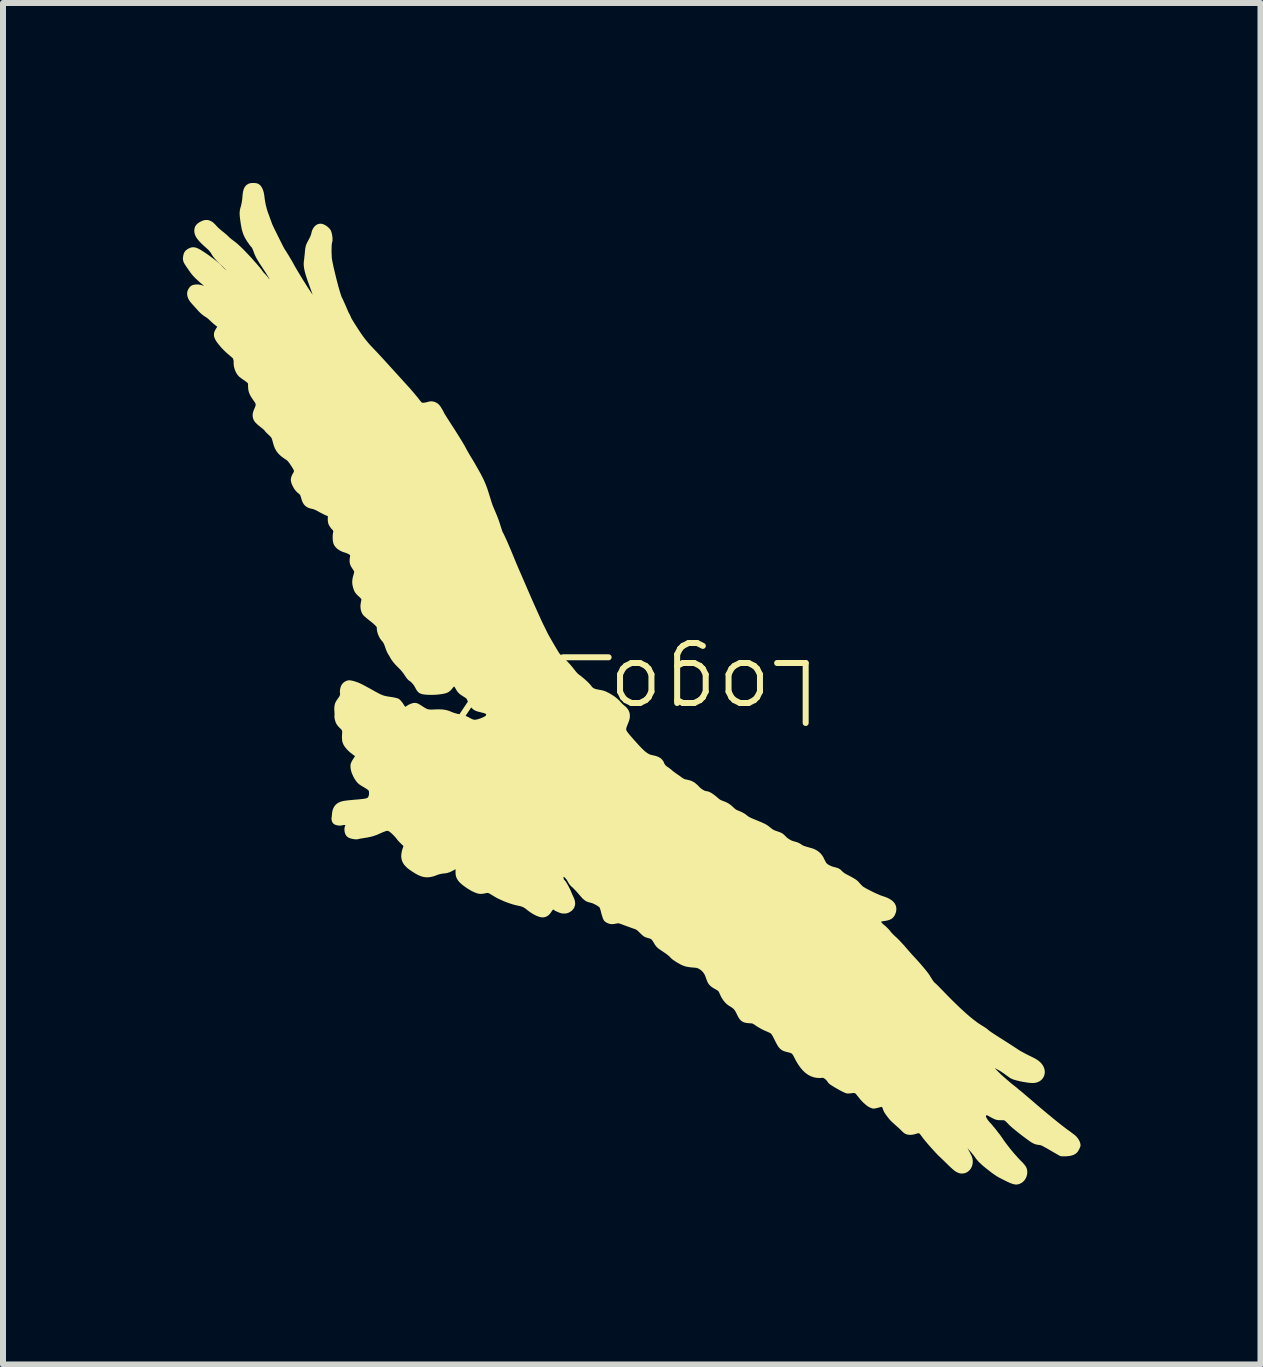
<source format=kicad_pcb>
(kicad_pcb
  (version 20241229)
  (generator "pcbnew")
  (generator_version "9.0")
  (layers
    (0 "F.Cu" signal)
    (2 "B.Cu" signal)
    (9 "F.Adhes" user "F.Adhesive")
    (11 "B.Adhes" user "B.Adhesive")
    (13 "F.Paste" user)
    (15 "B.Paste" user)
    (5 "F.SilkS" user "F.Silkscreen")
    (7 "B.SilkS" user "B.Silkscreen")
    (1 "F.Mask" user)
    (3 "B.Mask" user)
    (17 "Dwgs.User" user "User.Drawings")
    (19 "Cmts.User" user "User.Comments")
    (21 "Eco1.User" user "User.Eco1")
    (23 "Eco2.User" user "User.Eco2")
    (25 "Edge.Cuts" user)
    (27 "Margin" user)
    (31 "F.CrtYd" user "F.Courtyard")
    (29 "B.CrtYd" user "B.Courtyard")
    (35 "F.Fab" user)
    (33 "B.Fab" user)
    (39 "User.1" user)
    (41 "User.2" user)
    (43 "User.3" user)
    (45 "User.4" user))
  (footprint "Logo_2X"
    (layer "F.Cu")
    (at 7.525 8.961)
    (property "Reference" "Logo_2X" (at 0 -0.5 180) (unlocked yes) (layer "F.SilkS") (effects (font (size 1 1) (thickness 0.1))))
    (attr smd exclude_from_bom)
    (fp_poly (pts (xy -6.35 -8.89) (xy -6.35 -8.89) (xy -6.346 -8.89) (xy -6.342 -8.89) (xy -6.338 -8.89) (xy -6.334 -8.889) (xy -6.33 -8.889) (xy -6.327 -8.889) (xy -6.323 -8.888) (xy -6.32 -8.888) (xy -6.316 -8.887) (xy -6.313 -8.887) (xy -6.311 -8.886) (xy -6.308 -8.885) (xy -6.306 -8.885) (xy -6.304 -8.884) (xy -6.302 -8.883) (xy -6.301 -8.883) (xy -6.295 -8.879) (xy -6.289 -8.874) (xy -6.284 -8.869) (xy -6.279 -8.862) (xy -6.274 -8.855) (xy -6.269 -8.847) (xy -6.265 -8.838) (xy -6.261 -8.829) (xy -6.257 -8.819) (xy -6.253 -8.808) (xy -6.25 -8.797) (xy -6.246 -8.784) (xy -6.244 -8.772) (xy -6.241 -8.758) (xy -6.239 -8.744) (xy -6.237 -8.73) (xy -6.232 -8.686) (xy -6.225 -8.644) (xy -6.218 -8.603) (xy -6.209 -8.564) (xy -6.199 -8.525) (xy -6.188 -8.486) (xy -6.175 -8.446) (xy -6.16 -8.406) (xy -6.146 -8.367) (xy -6.134 -8.334) (xy -6.125 -8.309) (xy -6.122 -8.301) (xy -6.12 -8.296) (xy -6.113 -8.277) (xy -6.103 -8.249) (xy -6.09 -8.22) (xy -6.065 -8.167) (xy -5.994 -8.024) (xy -5.926 -7.888) (xy -5.903 -7.844) (xy -5.893 -7.826) (xy -5.887 -7.817) (xy -5.872 -7.794) (xy -5.827 -7.722) (xy -5.776 -7.636) (xy -5.753 -7.596) (xy -5.735 -7.563) (xy -5.707 -7.513) (xy -5.672 -7.454) (xy -5.591 -7.32) (xy -5.512 -7.194) (xy -5.479 -7.143) (xy -5.454 -7.106) (xy -5.439 -7.084) (xy -5.426 -7.065) (xy -5.403 -7.032) (xy -5.393 -7.018) (xy -5.389 -7.012) (xy -5.384 -7.007) (xy -5.38 -7.002) (xy -5.376 -6.997) (xy -5.371 -6.993) (xy -5.367 -6.99) (xy -5.363 -6.987) (xy -5.359 -6.984) (xy -5.355 -6.982) (xy -5.35 -6.981) (xy -5.346 -6.98) (xy -5.342 -6.98) (xy -5.337 -6.98) (xy -5.332 -6.981) (xy -5.327 -6.982) (xy -5.322 -6.984) (xy -5.316 -6.987) (xy -5.31 -6.99) (xy -5.304 -6.994) (xy -5.298 -6.998) (xy -5.291 -7.003) (xy -5.284 -7.008) (xy -5.28 -7.012) (xy -5.278 -7.017) (xy -5.276 -7.024) (xy -5.276 -7.032) (xy -5.276 -7.041) (xy -5.278 -7.051) (xy -5.28 -7.063) (xy -5.283 -7.077) (xy -5.292 -7.108) (xy -5.304 -7.144) (xy -5.319 -7.186) (xy -5.337 -7.234) (xy -5.367 -7.319) (xy -5.381 -7.356) (xy -5.392 -7.391) (xy -5.403 -7.423) (xy -5.412 -7.452) (xy -5.419 -7.479) (xy -5.426 -7.503) (xy -5.431 -7.526) (xy -5.435 -7.547) (xy -5.438 -7.567) (xy -5.44 -7.585) (xy -5.441 -7.602) (xy -5.441 -7.618) (xy -5.44 -7.634) (xy -5.439 -7.649) (xy -5.437 -7.661) (xy -5.435 -7.676) (xy -5.431 -7.714) (xy -5.426 -7.756) (xy -5.422 -7.799) (xy -5.419 -7.83) (xy -5.418 -7.844) (xy -5.416 -7.856) (xy -5.414 -7.867) (xy -5.412 -7.877) (xy -5.41 -7.886) (xy -5.408 -7.895) (xy -5.405 -7.904) (xy -5.401 -7.913) (xy -5.397 -7.922) (xy -5.393 -7.932) (xy -5.388 -7.942) (xy -5.382 -7.953) (xy -5.369 -7.978) (xy -5.358 -7.997) (xy -5.349 -8.016) (xy -5.34 -8.034) (xy -5.333 -8.051) (xy -5.33 -8.059) (xy -5.327 -8.067) (xy -5.324 -8.075) (xy -5.321 -8.083) (xy -5.319 -8.09) (xy -5.317 -8.097) (xy -5.316 -8.104) (xy -5.315 -8.11) (xy -5.313 -8.116) (xy -5.312 -8.121) (xy -5.311 -8.126) (xy -5.309 -8.132) (xy -5.307 -8.137) (xy -5.306 -8.142) (xy -5.304 -8.147) (xy -5.302 -8.151) (xy -5.3 -8.156) (xy -5.297 -8.16) (xy -5.295 -8.165) (xy -5.293 -8.169) (xy -5.29 -8.173) (xy -5.288 -8.176) (xy -5.285 -8.18) (xy -5.283 -8.183) (xy -5.28 -8.187) (xy -5.277 -8.19) (xy -5.274 -8.193) (xy -5.271 -8.195) (xy -5.268 -8.198) (xy -5.265 -8.2) (xy -5.262 -8.202) (xy -5.259 -8.204) (xy -5.256 -8.206) (xy -5.253 -8.207) (xy -5.25 -8.208) (xy -5.246 -8.209) (xy -5.243 -8.21) (xy -5.24 -8.211) (xy -5.236 -8.211) (xy -5.233 -8.211) (xy -5.23 -8.211) (xy -5.227 -8.21) (xy -5.223 -8.21) (xy -5.219 -8.209) (xy -5.216 -8.208) (xy -5.212 -8.207) (xy -5.204 -8.204) (xy -5.196 -8.2) (xy -5.189 -8.196) (xy -5.181 -8.192) (xy -5.173 -8.187) (xy -5.165 -8.181) (xy -5.158 -8.175) (xy -5.15 -8.169) (xy -5.144 -8.163) (xy -5.138 -8.156) (xy -5.132 -8.15) (xy -5.13 -8.146) (xy -5.127 -8.143) (xy -5.125 -8.14) (xy -5.123 -8.136) (xy -5.12 -8.13) (xy -5.117 -8.122) (xy -5.115 -8.113) (xy -5.112 -8.104) (xy -5.11 -8.093) (xy -5.108 -8.082) (xy -5.106 -8.071) (xy -5.105 -8.059) (xy -5.103 -8.048) (xy -5.102 -8.037) (xy -5.102 -8.026) (xy -5.102 -8.017) (xy -5.102 -8.008) (xy -5.102 -8.001) (xy -5.104 -7.995) (xy -5.104 -7.992) (xy -5.105 -7.99) (xy -5.108 -7.985) (xy -5.11 -7.976) (xy -5.111 -7.964) (xy -5.113 -7.95) (xy -5.116 -7.916) (xy -5.117 -7.876) (xy -5.118 -7.832) (xy -5.117 -7.787) (xy -5.115 -7.743) (xy -5.113 -7.703) (xy -5.109 -7.675) (xy -5.103 -7.639) (xy -5.084 -7.549) (xy -5.059 -7.442) (xy -5.031 -7.328) (xy -5.002 -7.218) (xy -4.974 -7.122) (xy -4.951 -7.049) (xy -4.941 -7.024) (xy -4.934 -7.009) (xy -4.929 -7.002) (xy -4.923 -6.99) (xy -4.908 -6.956) (xy -4.889 -6.914) (xy -4.868 -6.867) (xy -4.859 -6.844) (xy -4.849 -6.822) (xy -4.841 -6.802) (xy -4.833 -6.785) (xy -4.827 -6.771) (xy -4.822 -6.76) (xy -4.818 -6.752) (xy -4.817 -6.75) (xy -4.816 -6.75) (xy -4.816 -6.749) (xy -4.815 -6.748) (xy -4.814 -6.747) (xy -4.813 -6.745) (xy -4.81 -6.741) (xy -4.807 -6.735) (xy -4.804 -6.729) (xy -4.801 -6.722) (xy -4.798 -6.714) (xy -4.794 -6.706) (xy -4.787 -6.69) (xy -4.779 -6.673) (xy -4.768 -6.653) (xy -4.753 -6.628) (xy -4.733 -6.595) (xy -4.707 -6.554) (xy -4.631 -6.437) (xy -4.604 -6.397) (xy -4.575 -6.357) (xy -4.545 -6.317) (xy -4.513 -6.278) (xy -4.48 -6.238) (xy -4.445 -6.199) (xy -4.408 -6.16) (xy -4.371 -6.121) (xy -4.341 -6.09) (xy -4.292 -6.037) (xy -4.23 -5.97) (xy -4.162 -5.895) (xy -3.854 -5.556) (xy -3.825 -5.524) (xy -3.794 -5.49) (xy -3.765 -5.456) (xy -3.737 -5.424) (xy -3.711 -5.393) (xy -3.688 -5.365) (xy -3.668 -5.342) (xy -3.654 -5.323) (xy -3.642 -5.307) (xy -3.63 -5.292) (xy -3.618 -5.278) (xy -3.607 -5.265) (xy -3.601 -5.259) (xy -3.596 -5.254) (xy -3.592 -5.249) (xy -3.588 -5.245) (xy -3.584 -5.241) (xy -3.58 -5.238) (xy -3.578 -5.236) (xy -3.575 -5.234) (xy -3.57 -5.232) (xy -3.564 -5.23) (xy -3.557 -5.228) (xy -3.549 -5.227) (xy -3.541 -5.226) (xy -3.532 -5.226) (xy -3.522 -5.226) (xy -3.512 -5.226) (xy -3.501 -5.227) (xy -3.49 -5.228) (xy -3.479 -5.23) (xy -3.468 -5.232) (xy -3.457 -5.234) (xy -3.446 -5.236) (xy -3.435 -5.239) (xy -3.424 -5.242) (xy -3.42 -5.244) (xy -3.415 -5.245) (xy -3.41 -5.246) (xy -3.406 -5.247) (xy -3.401 -5.248) (xy -3.397 -5.249) (xy -3.392 -5.249) (xy -3.388 -5.249) (xy -3.383 -5.249) (xy -3.379 -5.249) (xy -3.374 -5.249) (xy -3.37 -5.248) (xy -3.366 -5.247) (xy -3.361 -5.246) (xy -3.357 -5.245) (xy -3.353 -5.244) (xy -3.349 -5.243) (xy -3.345 -5.241) (xy -3.341 -5.239) (xy -3.337 -5.238) (xy -3.333 -5.235) (xy -3.329 -5.233) (xy -3.326 -5.231) (xy -3.322 -5.228) (xy -3.318 -5.225) (xy -3.315 -5.223) (xy -3.311 -5.219) (xy -3.308 -5.216) (xy -3.305 -5.213) (xy -3.302 -5.209) (xy -3.299 -5.205) (xy -3.296 -5.202) (xy -3.286 -5.188) (xy -3.277 -5.173) (xy -3.268 -5.158) (xy -3.259 -5.143) (xy -3.251 -5.129) (xy -3.244 -5.116) (xy -3.238 -5.104) (xy -3.236 -5.099) (xy -3.234 -5.095) (xy -3.231 -5.089) (xy -3.225 -5.078) (xy -3.204 -5.045) (xy -3.175 -4.998) (xy -3.14 -4.944) (xy -3.053 -4.809) (xy -2.977 -4.688) (xy -2.944 -4.635) (xy -2.916 -4.588) (xy -2.893 -4.549) (xy -2.876 -4.518) (xy -2.869 -4.504) (xy -2.861 -4.489) (xy -2.843 -4.457) (xy -2.824 -4.424) (xy -2.807 -4.394) (xy -2.734 -4.274) (xy -2.676 -4.172) (xy -2.651 -4.128) (xy -2.628 -4.087) (xy -2.608 -4.049) (xy -2.59 -4.013) (xy -2.573 -3.979) (xy -2.559 -3.946) (xy -2.545 -3.914) (xy -2.533 -3.883) (xy -2.521 -3.851) (xy -2.51 -3.819) (xy -2.488 -3.75) (xy -2.469 -3.688) (xy -2.451 -3.631) (xy -2.436 -3.586) (xy -2.431 -3.57) (xy -2.427 -3.559) (xy -2.405 -3.507) (xy -2.375 -3.436) (xy -2.36 -3.4) (xy -2.347 -3.368) (xy -2.336 -3.339) (xy -2.326 -3.311) (xy -2.316 -3.283) (xy -2.307 -3.254) (xy -2.285 -3.184) (xy -2.279 -3.167) (xy -2.274 -3.15) (xy -2.268 -3.135) (xy -2.264 -3.122) (xy -2.259 -3.111) (xy -2.257 -3.106) (xy -2.255 -3.102) (xy -2.254 -3.099) (xy -2.253 -3.096) (xy -2.251 -3.094) (xy -2.251 -3.094) (xy -2.25 -3.094) (xy -2.248 -3.09) (xy -2.243 -3.082) (xy -2.229 -3.053) (xy -2.184 -2.955) (xy -2.126 -2.82) (xy -2.064 -2.669) (xy -2.036 -2.602) (xy -2.006 -2.53) (xy -1.977 -2.463) (xy -1.953 -2.409) (xy -1.898 -2.282) (xy -1.832 -2.129) (xy -1.799 -2.053) (xy -1.763 -1.971) (xy -1.729 -1.894) (xy -1.701 -1.832) (xy -1.623 -1.659) (xy -1.612 -1.635) (xy -1.596 -1.601) (xy -1.578 -1.564) (xy -1.559 -1.526) (xy -1.541 -1.49) (xy -1.526 -1.459) (xy -1.514 -1.435) (xy -1.508 -1.422) (xy -1.493 -1.393) (xy -1.468 -1.349) (xy -1.404 -1.238) (xy -1.341 -1.132) (xy -1.318 -1.094) (xy -1.304 -1.074) (xy -1.298 -1.067) (xy -1.291 -1.059) (xy -1.269 -1.036) (xy -1.256 -1.023) (xy -1.242 -1.01) (xy -1.228 -0.995) (xy -1.213 -0.981) (xy -1.197 -0.966) (xy -1.18 -0.948) (xy -1.162 -0.929) (xy -1.144 -0.909) (xy -1.125 -0.889) (xy -1.108 -0.869) (xy -1.092 -0.85) (xy -1.077 -0.832) (xy -1.052 -0.8) (xy -1.042 -0.787) (xy -1.032 -0.775) (xy -1.024 -0.765) (xy -1.016 -0.756) (xy -1.009 -0.748) (xy -1.003 -0.741) (xy -0.997 -0.735) (xy -0.991 -0.729) (xy -0.985 -0.724) (xy -0.979 -0.719) (xy -0.973 -0.713) (xy -0.966 -0.708) (xy -0.95 -0.696) (xy -0.937 -0.687) (xy -0.924 -0.676) (xy -0.898 -0.655) (xy -0.871 -0.632) (xy -0.846 -0.61) (xy -0.834 -0.599) (xy -0.823 -0.588) (xy -0.812 -0.577) (xy -0.802 -0.567) (xy -0.793 -0.557) (xy -0.785 -0.548) (xy -0.778 -0.539) (xy -0.773 -0.532) (xy -0.765 -0.522) (xy -0.758 -0.513) (xy -0.75 -0.505) (xy -0.742 -0.497) (xy -0.734 -0.49) (xy -0.725 -0.484) (xy -0.716 -0.478) (xy -0.706 -0.473) (xy -0.696 -0.468) (xy -0.685 -0.463) (xy -0.673 -0.459) (xy -0.66 -0.455) (xy -0.645 -0.452) (xy -0.63 -0.448) (xy -0.614 -0.445) (xy -0.596 -0.442) (xy -0.571 -0.437) (xy -0.56 -0.435) (xy -0.55 -0.433) (xy -0.54 -0.43) (xy -0.531 -0.428) (xy -0.522 -0.425) (xy -0.514 -0.422) (xy -0.505 -0.418) (xy -0.496 -0.415) (xy -0.488 -0.411) (xy -0.479 -0.406) (xy -0.469 -0.401) (xy -0.459 -0.396) (xy -0.436 -0.383) (xy -0.422 -0.374) (xy -0.408 -0.366) (xy -0.395 -0.358) (xy -0.384 -0.35) (xy -0.372 -0.342) (xy -0.361 -0.335) (xy -0.351 -0.327) (xy -0.341 -0.319) (xy -0.332 -0.311) (xy -0.323 -0.303) (xy -0.314 -0.295) (xy -0.305 -0.287) (xy -0.296 -0.278) (xy -0.288 -0.269) (xy -0.279 -0.259) (xy -0.27 -0.249) (xy -0.264 -0.242) (xy -0.257 -0.235) (xy -0.249 -0.226) (xy -0.24 -0.218) (xy -0.231 -0.21) (xy -0.222 -0.202) (xy -0.213 -0.195) (xy -0.209 -0.191) (xy -0.205 -0.188) (xy -0.194 -0.179) (xy -0.184 -0.169) (xy -0.175 -0.159) (xy -0.167 -0.149) (xy -0.163 -0.144) (xy -0.16 -0.138) (xy -0.157 -0.133) (xy -0.155 -0.127) (xy -0.152 -0.121) (xy -0.15 -0.115) (xy -0.149 -0.109) (xy -0.147 -0.103) (xy -0.146 -0.097) (xy -0.145 -0.091) (xy -0.145 -0.084) (xy -0.144 -0.078) (xy -0.145 -0.065) (xy -0.146 -0.051) (xy -0.149 -0.036) (xy -0.153 -0.022) (xy -0.158 -0.006) (xy -0.164 0.009) (xy -0.175 0.037) (xy -0.185 0.061) (xy -0.193 0.083) (xy -0.199 0.102) (xy -0.201 0.112) (xy -0.203 0.121) (xy -0.205 0.129) (xy -0.206 0.137) (xy -0.206 0.145) (xy -0.206 0.153) (xy -0.205 0.161) (xy -0.204 0.169) (xy -0.202 0.176) (xy -0.2 0.184) (xy -0.197 0.191) (xy -0.194 0.199) (xy -0.19 0.207) (xy -0.185 0.215) (xy -0.18 0.223) (xy -0.174 0.232) (xy -0.161 0.25) (xy -0.145 0.27) (xy -0.127 0.292) (xy -0.106 0.316) (xy -0.064 0.364) (xy -0.026 0.406) (xy 0.008 0.444) (xy 0.039 0.478) (xy 0.068 0.508) (xy 0.094 0.534) (xy 0.119 0.557) (xy 0.141 0.576) (xy 0.152 0.585) (xy 0.163 0.592) (xy 0.173 0.6) (xy 0.183 0.606) (xy 0.193 0.612) (xy 0.203 0.618) (xy 0.213 0.623) (xy 0.222 0.628) (xy 0.232 0.632) (xy 0.242 0.636) (xy 0.262 0.642) (xy 0.283 0.647) (xy 0.305 0.652) (xy 0.318 0.655) (xy 0.33 0.658) (xy 0.342 0.661) (xy 0.353 0.665) (xy 0.363 0.669) (xy 0.368 0.671) (xy 0.372 0.673) (xy 0.377 0.675) (xy 0.381 0.677) (xy 0.385 0.68) (xy 0.389 0.682) (xy 0.393 0.685) (xy 0.397 0.687) (xy 0.4 0.69) (xy 0.403 0.693) (xy 0.406 0.696) (xy 0.409 0.699) (xy 0.412 0.702) (xy 0.415 0.705) (xy 0.417 0.709) (xy 0.42 0.712) (xy 0.422 0.716) (xy 0.424 0.719) (xy 0.426 0.723) (xy 0.428 0.727) (xy 0.43 0.731) (xy 0.431 0.735) (xy 0.434 0.742) (xy 0.437 0.749) (xy 0.441 0.756) (xy 0.444 0.762) (xy 0.449 0.769) (xy 0.453 0.776) (xy 0.458 0.782) (xy 0.463 0.789) (xy 0.468 0.795) (xy 0.473 0.801) (xy 0.479 0.807) (xy 0.485 0.812) (xy 0.491 0.817) (xy 0.497 0.822) (xy 0.503 0.826) (xy 0.509 0.829) (xy 0.516 0.834) (xy 0.524 0.84) (xy 0.533 0.846) (xy 0.543 0.853) (xy 0.552 0.86) (xy 0.561 0.867) (xy 0.569 0.874) (xy 0.577 0.88) (xy 0.585 0.887) (xy 0.594 0.895) (xy 0.604 0.903) (xy 0.615 0.911) (xy 0.625 0.919) (xy 0.636 0.927) (xy 0.647 0.935) (xy 0.656 0.941) (xy 0.677 0.956) (xy 0.702 0.973) (xy 0.727 0.991) (xy 0.751 1.008) (xy 0.765 1.018) (xy 0.772 1.023) (xy 0.779 1.027) (xy 0.785 1.03) (xy 0.791 1.034) (xy 0.797 1.037) (xy 0.803 1.04) (xy 0.809 1.042) (xy 0.816 1.045) (xy 0.822 1.047) (xy 0.829 1.049) (xy 0.836 1.051) (xy 0.844 1.053) (xy 0.852 1.054) (xy 0.861 1.056) (xy 0.874 1.059) (xy 0.887 1.062) (xy 0.899 1.065) (xy 0.91 1.068) (xy 0.921 1.072) (xy 0.931 1.077) (xy 0.941 1.081) (xy 0.951 1.086) (xy 0.96 1.092) (xy 0.97 1.099) (xy 0.979 1.106) (xy 0.988 1.114) (xy 0.998 1.122) (xy 1.008 1.131) (xy 1.018 1.142) (xy 1.029 1.153) (xy 1.038 1.163) (xy 1.048 1.172) (xy 1.059 1.182) (xy 1.07 1.19) (xy 1.081 1.199) (xy 1.092 1.207) (xy 1.104 1.214) (xy 1.115 1.221) (xy 1.127 1.227) (xy 1.138 1.233) (xy 1.149 1.238) (xy 1.16 1.242) (xy 1.171 1.245) (xy 1.181 1.248) (xy 1.191 1.249) (xy 1.2 1.25) (xy 1.205 1.251) (xy 1.211 1.252) (xy 1.218 1.255) (xy 1.226 1.258) (xy 1.234 1.262) (xy 1.243 1.267) (xy 1.253 1.273) (xy 1.262 1.279) (xy 1.273 1.286) (xy 1.284 1.294) (xy 1.295 1.302) (xy 1.306 1.311) (xy 1.317 1.32) (xy 1.329 1.329) (xy 1.34 1.339) (xy 1.351 1.349) (xy 1.362 1.359) (xy 1.368 1.363) (xy 1.373 1.367) (xy 1.378 1.371) (xy 1.384 1.374) (xy 1.389 1.378) (xy 1.395 1.381) (xy 1.4 1.385) (xy 1.406 1.388) (xy 1.412 1.391) (xy 1.419 1.394) (xy 1.425 1.397) (xy 1.432 1.4) (xy 1.44 1.403) (xy 1.447 1.406) (xy 1.461 1.411) (xy 1.474 1.416) (xy 1.486 1.421) (xy 1.497 1.425) (xy 1.507 1.43) (xy 1.517 1.435) (xy 1.526 1.44) (xy 1.535 1.445) (xy 1.544 1.451) (xy 1.552 1.457) (xy 1.561 1.463) (xy 1.569 1.47) (xy 1.578 1.477) (xy 1.587 1.485) (xy 1.596 1.494) (xy 1.606 1.503) (xy 1.62 1.516) (xy 1.627 1.522) (xy 1.633 1.528) (xy 1.639 1.532) (xy 1.645 1.537) (xy 1.651 1.541) (xy 1.657 1.545) (xy 1.663 1.549) (xy 1.67 1.553) (xy 1.677 1.556) (xy 1.685 1.56) (xy 1.693 1.563) (xy 1.701 1.567) (xy 1.721 1.575) (xy 1.739 1.582) (xy 1.747 1.586) (xy 1.755 1.589) (xy 1.763 1.593) (xy 1.77 1.597) (xy 1.777 1.6) (xy 1.784 1.604) (xy 1.791 1.608) (xy 1.797 1.612) (xy 1.804 1.616) (xy 1.81 1.62) (xy 1.816 1.625) (xy 1.822 1.629) (xy 1.828 1.634) (xy 1.834 1.639) (xy 1.848 1.65) (xy 1.863 1.66) (xy 1.879 1.67) (xy 1.898 1.68) (xy 1.92 1.691) (xy 1.948 1.703) (xy 1.981 1.717) (xy 2.021 1.733) (xy 2.063 1.751) (xy 2.082 1.758) (xy 2.098 1.765) (xy 2.112 1.772) (xy 2.126 1.778) (xy 2.137 1.783) (xy 2.148 1.789) (xy 2.158 1.794) (xy 2.167 1.8) (xy 2.176 1.805) (xy 2.185 1.811) (xy 2.194 1.817) (xy 2.202 1.824) (xy 2.211 1.831) (xy 2.221 1.839) (xy 2.24 1.854) (xy 2.248 1.86) (xy 2.256 1.866) (xy 2.263 1.871) (xy 2.27 1.876) (xy 2.277 1.88) (xy 2.284 1.885) (xy 2.292 1.888) (xy 2.299 1.892) (xy 2.307 1.896) (xy 2.316 1.899) (xy 2.325 1.903) (xy 2.334 1.906) (xy 2.357 1.914) (xy 2.369 1.918) (xy 2.38 1.922) (xy 2.39 1.926) (xy 2.399 1.929) (xy 2.407 1.932) (xy 2.415 1.935) (xy 2.421 1.939) (xy 2.427 1.942) (xy 2.433 1.945) (xy 2.438 1.949) (xy 2.443 1.953) (xy 2.448 1.958) (xy 2.454 1.963) (xy 2.459 1.968) (xy 2.472 1.981) (xy 2.482 1.991) (xy 2.491 2) (xy 2.501 2.009) (xy 2.512 2.017) (xy 2.522 2.025) (xy 2.533 2.033) (xy 2.545 2.04) (xy 2.556 2.047) (xy 2.568 2.054) (xy 2.58 2.06) (xy 2.593 2.066) (xy 2.605 2.071) (xy 2.618 2.076) (xy 2.631 2.08) (xy 2.644 2.084) (xy 2.657 2.088) (xy 2.664 2.089) (xy 2.67 2.091) (xy 2.676 2.093) (xy 2.682 2.095) (xy 2.689 2.097) (xy 2.695 2.099) (xy 2.701 2.101) (xy 2.706 2.104) (xy 2.712 2.106) (xy 2.717 2.109) (xy 2.723 2.112) (xy 2.728 2.115) (xy 2.733 2.118) (xy 2.738 2.121) (xy 2.742 2.124) (xy 2.746 2.127) (xy 2.759 2.136) (xy 2.772 2.143) (xy 2.779 2.147) (xy 2.787 2.151) (xy 2.805 2.158) (xy 2.829 2.166) (xy 2.858 2.175) (xy 2.896 2.186) (xy 2.942 2.199) (xy 2.955 2.203) (xy 2.967 2.208) (xy 2.979 2.213) (xy 2.991 2.219) (xy 3.002 2.225) (xy 3.013 2.232) (xy 3.024 2.24) (xy 3.034 2.248) (xy 3.044 2.256) (xy 3.053 2.265) (xy 3.061 2.274) (xy 3.069 2.284) (xy 3.077 2.294) (xy 3.084 2.305) (xy 3.09 2.315) (xy 3.095 2.326) (xy 3.1 2.337) (xy 3.106 2.349) (xy 3.112 2.361) (xy 3.118 2.372) (xy 3.124 2.383) (xy 3.129 2.393) (xy 3.134 2.402) (xy 3.138 2.41) (xy 3.144 2.418) (xy 3.15 2.425) (xy 3.158 2.433) (xy 3.167 2.441) (xy 3.176 2.449) (xy 3.187 2.457) (xy 3.198 2.464) (xy 3.21 2.471) (xy 3.222 2.478) (xy 3.235 2.484) (xy 3.248 2.49) (xy 3.262 2.496) (xy 3.276 2.501) (xy 3.29 2.506) (xy 3.304 2.51) (xy 3.319 2.514) (xy 3.329 2.516) (xy 3.338 2.518) (xy 3.346 2.521) (xy 3.353 2.523) (xy 3.36 2.525) (xy 3.366 2.527) (xy 3.369 2.528) (xy 3.371 2.529) (xy 3.374 2.53) (xy 3.376 2.531) (xy 3.379 2.533) (xy 3.381 2.534) (xy 3.383 2.535) (xy 3.385 2.537) (xy 3.387 2.538) (xy 3.39 2.54) (xy 3.394 2.543) (xy 3.398 2.547) (xy 3.403 2.552) (xy 3.408 2.556) (xy 3.413 2.562) (xy 3.417 2.565) (xy 3.42 2.569) (xy 3.425 2.573) (xy 3.429 2.577) (xy 3.439 2.585) (xy 3.449 2.593) (xy 3.46 2.601) (xy 3.47 2.608) (xy 3.481 2.614) (xy 3.486 2.617) (xy 3.49 2.62) (xy 3.546 2.65) (xy 3.569 2.662) (xy 3.589 2.673) (xy 3.607 2.683) (xy 3.622 2.691) (xy 3.634 2.699) (xy 3.645 2.706) (xy 3.65 2.709) (xy 3.655 2.712) (xy 3.659 2.715) (xy 3.663 2.718) (xy 3.666 2.721) (xy 3.67 2.723) (xy 3.673 2.726) (xy 3.676 2.729) (xy 3.679 2.732) (xy 3.682 2.734) (xy 3.687 2.74) (xy 3.693 2.746) (xy 3.699 2.753) (xy 3.706 2.762) (xy 3.714 2.771) (xy 3.723 2.78) (xy 3.732 2.789) (xy 3.741 2.798) (xy 3.749 2.807) (xy 3.757 2.815) (xy 3.765 2.821) (xy 3.775 2.829) (xy 3.789 2.838) (xy 3.827 2.861) (xy 3.875 2.886) (xy 3.928 2.913) (xy 3.983 2.94) (xy 4.036 2.963) (xy 4.082 2.983) (xy 4.102 2.99) (xy 4.119 2.996) (xy 4.147 3.005) (xy 4.172 3.014) (xy 4.184 3.019) (xy 4.195 3.024) (xy 4.206 3.029) (xy 4.216 3.034) (xy 4.225 3.04) (xy 4.234 3.045) (xy 4.242 3.051) (xy 4.25 3.056) (xy 4.257 3.062) (xy 4.264 3.068) (xy 4.27 3.074) (xy 4.275 3.08) (xy 4.28 3.087) (xy 4.284 3.093) (xy 4.288 3.1) (xy 4.291 3.107) (xy 4.294 3.113) (xy 4.296 3.121) (xy 4.297 3.128) (xy 4.298 3.135) (xy 4.298 3.143) (xy 4.298 3.15) (xy 4.298 3.158) (xy 4.296 3.166) (xy 4.295 3.174) (xy 4.292 3.183) (xy 4.289 3.191) (xy 4.286 3.2) (xy 4.282 3.209) (xy 4.278 3.217) (xy 4.274 3.224) (xy 4.269 3.23) (xy 4.264 3.236) (xy 4.258 3.242) (xy 4.252 3.247) (xy 4.245 3.251) (xy 4.237 3.255) (xy 4.228 3.259) (xy 4.219 3.262) (xy 4.208 3.265) (xy 4.196 3.268) (xy 4.183 3.27) (xy 4.169 3.273) (xy 4.154 3.275) (xy 4.141 3.277) (xy 4.128 3.279) (xy 4.116 3.282) (xy 4.105 3.285) (xy 4.094 3.288) (xy 4.085 3.291) (xy 4.076 3.295) (xy 4.069 3.299) (xy 4.062 3.304) (xy 4.056 3.308) (xy 4.05 3.313) (xy 4.046 3.318) (xy 4.042 3.324) (xy 4.039 3.329) (xy 4.037 3.335) (xy 4.036 3.342) (xy 4.036 3.348) (xy 4.036 3.355) (xy 4.038 3.362) (xy 4.04 3.369) (xy 4.043 3.376) (xy 4.047 3.384) (xy 4.052 3.392) (xy 4.057 3.4) (xy 4.064 3.409) (xy 4.071 3.418) (xy 4.079 3.427) (xy 4.088 3.436) (xy 4.097 3.445) (xy 4.108 3.455) (xy 4.12 3.465) (xy 4.132 3.475) (xy 4.143 3.484) (xy 4.154 3.494) (xy 4.166 3.506) (xy 4.177 3.517) (xy 4.188 3.529) (xy 4.199 3.54) (xy 4.203 3.546) (xy 4.208 3.551) (xy 4.212 3.556) (xy 4.215 3.561) (xy 4.219 3.566) (xy 4.223 3.571) (xy 4.233 3.583) (xy 4.245 3.596) (xy 4.258 3.609) (xy 4.271 3.623) (xy 4.285 3.636) (xy 4.298 3.649) (xy 4.312 3.661) (xy 4.326 3.674) (xy 4.344 3.691) (xy 4.363 3.711) (xy 4.384 3.732) (xy 4.406 3.756) (xy 4.428 3.78) (xy 4.45 3.804) (xy 4.47 3.828) (xy 4.51 3.874) (xy 4.546 3.915) (xy 4.574 3.947) (xy 4.584 3.958) (xy 4.591 3.965) (xy 4.63 4.007) (xy 4.671 4.052) (xy 4.712 4.098) (xy 4.752 4.145) (xy 4.788 4.188) (xy 4.82 4.227) (xy 4.845 4.26) (xy 4.854 4.273) (xy 4.861 4.283) (xy 4.884 4.32) (xy 4.893 4.335) (xy 4.902 4.349) (xy 4.91 4.361) (xy 4.917 4.371) (xy 4.923 4.381) (xy 4.929 4.389) (xy 4.934 4.396) (xy 4.939 4.403) (xy 4.944 4.408) (xy 4.949 4.414) (xy 4.954 4.418) (xy 4.959 4.423) (xy 4.964 4.428) (xy 4.969 4.432) (xy 4.977 4.439) (xy 4.987 4.448) (xy 4.999 4.459) (xy 5.013 4.473) (xy 5.043 4.504) (xy 5.075 4.537) (xy 5.179 4.644) (xy 5.278 4.743) (xy 5.372 4.834) (xy 5.461 4.916) (xy 5.504 4.954) (xy 5.544 4.989) (xy 5.584 5.021) (xy 5.621 5.051) (xy 5.657 5.078) (xy 5.691 5.103) (xy 5.723 5.124) (xy 5.753 5.143) (xy 5.769 5.153) (xy 5.784 5.162) (xy 5.799 5.172) (xy 5.812 5.18) (xy 5.824 5.188) (xy 5.833 5.195) (xy 5.841 5.2) (xy 5.843 5.203) (xy 5.845 5.204) (xy 5.857 5.215) (xy 5.871 5.226) (xy 5.888 5.239) (xy 5.908 5.253) (xy 5.932 5.269) (xy 5.959 5.287) (xy 6.027 5.331) (xy 6.147 5.407) (xy 6.239 5.466) (xy 6.309 5.512) (xy 6.363 5.547) (xy 6.377 5.557) (xy 6.396 5.568) (xy 6.417 5.58) (xy 6.442 5.594) (xy 6.468 5.608) (xy 6.494 5.622) (xy 6.522 5.636) (xy 6.548 5.649) (xy 6.581 5.665) (xy 6.61 5.679) (xy 6.623 5.686) (xy 6.635 5.692) (xy 6.646 5.698) (xy 6.656 5.704) (xy 6.665 5.709) (xy 6.674 5.714) (xy 6.682 5.72) (xy 6.689 5.725) (xy 6.696 5.73) (xy 6.702 5.735) (xy 6.708 5.74) (xy 6.714 5.745) (xy 6.722 5.753) (xy 6.73 5.761) (xy 6.737 5.769) (xy 6.744 5.778) (xy 6.749 5.786) (xy 6.755 5.795) (xy 6.759 5.804) (xy 6.763 5.813) (xy 6.766 5.822) (xy 6.769 5.831) (xy 6.771 5.839) (xy 6.772 5.848) (xy 6.773 5.857) (xy 6.773 5.865) (xy 6.772 5.874) (xy 6.771 5.882) (xy 6.769 5.89) (xy 6.767 5.898) (xy 6.763 5.906) (xy 6.76 5.913) (xy 6.756 5.92) (xy 6.751 5.927) (xy 6.746 5.934) (xy 6.74 5.94) (xy 6.733 5.945) (xy 6.726 5.951) (xy 6.718 5.956) (xy 6.71 5.96) (xy 6.701 5.964) (xy 6.692 5.967) (xy 6.682 5.97) (xy 6.672 5.972) (xy 6.659 5.974) (xy 6.643 5.974) (xy 6.624 5.974) (xy 6.602 5.972) (xy 6.579 5.97) (xy 6.553 5.966) (xy 6.5 5.958) (xy 6.446 5.947) (xy 6.395 5.935) (xy 6.371 5.928) (xy 6.35 5.922) (xy 6.331 5.915) (xy 6.315 5.908) (xy 6.309 5.905) (xy 6.302 5.901) (xy 6.284 5.888) (xy 6.236 5.854) (xy 6.209 5.833) (xy 6.179 5.813) (xy 6.148 5.792) (xy 6.133 5.783) (xy 6.117 5.774) (xy 5.975 5.695) (xy 5.934 5.753) (xy 5.932 5.757) (xy 5.929 5.761) (xy 5.928 5.765) (xy 5.926 5.769) (xy 5.925 5.773) (xy 5.925 5.777) (xy 5.925 5.781) (xy 5.925 5.785) (xy 5.926 5.79) (xy 5.927 5.794) (xy 5.928 5.799) (xy 5.93 5.804) (xy 5.936 5.813) (xy 5.943 5.824) (xy 5.951 5.836) (xy 5.962 5.848) (xy 5.974 5.861) (xy 5.987 5.876) (xy 6.02 5.909) (xy 6.059 5.948) (xy 6.08 5.968) (xy 6.108 5.992) (xy 6.14 6.02) (xy 6.175 6.05) (xy 6.244 6.109) (xy 6.275 6.134) (xy 6.301 6.154) (xy 6.308 6.16) (xy 6.315 6.165) (xy 6.322 6.171) (xy 6.329 6.176) (xy 6.335 6.181) (xy 6.339 6.185) (xy 6.342 6.187) (xy 6.343 6.188) (xy 6.345 6.19) (xy 6.346 6.191) (xy 6.349 6.194) (xy 6.353 6.197) (xy 6.358 6.202) (xy 6.363 6.206) (xy 6.37 6.212) (xy 6.377 6.217) (xy 6.384 6.223) (xy 6.391 6.228) (xy 6.417 6.249) (xy 6.46 6.286) (xy 6.578 6.386) (xy 6.668 6.464) (xy 6.758 6.54) (xy 6.845 6.613) (xy 6.928 6.681) (xy 7.004 6.743) (xy 7.072 6.797) (xy 7.129 6.841) (xy 7.172 6.874) (xy 7.211 6.901) (xy 7.248 6.929) (xy 7.28 6.953) (xy 7.293 6.963) (xy 7.303 6.971) (xy 7.31 6.978) (xy 7.318 6.985) (xy 7.325 6.993) (xy 7.331 7.001) (xy 7.338 7.01) (xy 7.344 7.018) (xy 7.349 7.027) (xy 7.354 7.036) (xy 7.358 7.044) (xy 7.362 7.052) (xy 7.365 7.06) (xy 7.367 7.068) (xy 7.368 7.071) (xy 7.368 7.075) (xy 7.368 7.078) (xy 7.369 7.081) (xy 7.368 7.084) (xy 7.368 7.086) (xy 7.367 7.089) (xy 7.366 7.091) (xy 7.361 7.102) (xy 7.356 7.112) (xy 7.352 7.121) (xy 7.347 7.129) (xy 7.343 7.137) (xy 7.339 7.143) (xy 7.337 7.146) (xy 7.335 7.149) (xy 7.333 7.151) (xy 7.331 7.154) (xy 7.328 7.156) (xy 7.326 7.158) (xy 7.324 7.161) (xy 7.322 7.163) (xy 7.319 7.164) (xy 7.317 7.166) (xy 7.314 7.168) (xy 7.312 7.169) (xy 7.309 7.171) (xy 7.306 7.172) (xy 7.301 7.175) (xy 7.294 7.178) (xy 7.287 7.181) (xy 7.283 7.182) (xy 7.277 7.184) (xy 7.272 7.185) (xy 7.266 7.187) (xy 7.254 7.19) (xy 7.24 7.192) (xy 7.226 7.194) (xy 7.212 7.195) (xy 7.199 7.196) (xy 7.192 7.196) (xy 7.186 7.197) (xy 7.125 7.196) (xy 6.967 7.105) (xy 6.918 7.076) (xy 6.897 7.065) (xy 6.879 7.055) (xy 6.863 7.046) (xy 6.848 7.038) (xy 6.836 7.032) (xy 6.824 7.026) (xy 6.814 7.022) (xy 6.804 7.018) (xy 6.796 7.015) (xy 6.787 7.013) (xy 6.779 7.011) (xy 6.77 7.009) (xy 6.761 7.008) (xy 6.752 7.007) (xy 6.743 7.006) (xy 6.735 7.004) (xy 6.728 7.003) (xy 6.721 7.002) (xy 6.714 7) (xy 6.708 6.998) (xy 6.701 6.996) (xy 6.695 6.994) (xy 6.689 6.991) (xy 6.683 6.988) (xy 6.676 6.985) (xy 6.67 6.981) (xy 6.663 6.977) (xy 6.655 6.973) (xy 6.639 6.962) (xy 6.596 6.931) (xy 6.547 6.895) (xy 6.495 6.856) (xy 6.444 6.816) (xy 6.395 6.776) (xy 6.352 6.741) (xy 6.318 6.711) (xy 6.305 6.699) (xy 6.296 6.689) (xy 6.281 6.674) (xy 6.268 6.66) (xy 6.255 6.648) (xy 6.244 6.637) (xy 6.234 6.628) (xy 6.224 6.62) (xy 6.219 6.616) (xy 6.214 6.613) (xy 6.21 6.61) (xy 6.205 6.608) (xy 6.2 6.605) (xy 6.196 6.603) (xy 6.191 6.601) (xy 6.187 6.6) (xy 6.182 6.598) (xy 6.177 6.597) (xy 6.172 6.596) (xy 6.167 6.595) (xy 6.156 6.594) (xy 6.145 6.594) (xy 6.133 6.594) (xy 6.119 6.594) (xy 6.097 6.594) (xy 6.088 6.594) (xy 6.079 6.594) (xy 6.071 6.593) (xy 6.064 6.592) (xy 6.057 6.59) (xy 6.049 6.589) (xy 6.042 6.586) (xy 6.034 6.583) (xy 6.026 6.579) (xy 6.017 6.575) (xy 6.007 6.57) (xy 5.996 6.564) (xy 5.969 6.55) (xy 5.943 6.535) (xy 5.932 6.529) (xy 5.922 6.524) (xy 5.914 6.519) (xy 5.91 6.518) (xy 5.906 6.516) (xy 5.903 6.514) (xy 5.899 6.513) (xy 5.896 6.512) (xy 5.893 6.511) (xy 5.891 6.51) (xy 5.888 6.51) (xy 5.885 6.509) (xy 5.883 6.509) (xy 5.881 6.509) (xy 5.878 6.509) (xy 5.876 6.509) (xy 5.874 6.509) (xy 5.871 6.509) (xy 5.869 6.51) (xy 5.866 6.51) (xy 5.864 6.511) (xy 5.859 6.513) (xy 5.853 6.515) (xy 5.849 6.516) (xy 5.845 6.518) (xy 5.842 6.519) (xy 5.838 6.521) (xy 5.835 6.523) (xy 5.831 6.526) (xy 5.828 6.528) (xy 5.825 6.53) (xy 5.819 6.535) (xy 5.814 6.541) (xy 5.809 6.547) (xy 5.805 6.554) (xy 5.801 6.56) (xy 5.798 6.567) (xy 5.795 6.575) (xy 5.793 6.582) (xy 5.792 6.59) (xy 5.792 6.594) (xy 5.792 6.598) (xy 5.791 6.602) (xy 5.792 6.606) (xy 5.792 6.61) (xy 5.792 6.614) (xy 5.794 6.621) (xy 5.796 6.629) (xy 5.799 6.637) (xy 5.803 6.646) (xy 5.808 6.656) (xy 5.813 6.665) (xy 5.819 6.675) (xy 5.826 6.686) (xy 5.832 6.696) (xy 5.84 6.707) (xy 5.848 6.717) (xy 5.856 6.727) (xy 5.865 6.738) (xy 5.873 6.748) (xy 5.882 6.757) (xy 5.892 6.767) (xy 5.907 6.784) (xy 5.93 6.812) (xy 5.959 6.846) (xy 5.989 6.885) (xy 6.019 6.924) (xy 6.047 6.96) (xy 6.068 6.99) (xy 6.082 7.01) (xy 6.093 7.027) (xy 6.107 7.047) (xy 6.142 7.095) (xy 6.183 7.148) (xy 6.228 7.205) (xy 6.275 7.261) (xy 6.321 7.313) (xy 6.362 7.358) (xy 6.38 7.377) (xy 6.396 7.393) (xy 6.402 7.399) (xy 6.408 7.405) (xy 6.42 7.417) (xy 6.432 7.43) (xy 6.442 7.442) (xy 6.447 7.448) (xy 6.452 7.453) (xy 6.456 7.459) (xy 6.46 7.464) (xy 6.463 7.469) (xy 6.466 7.473) (xy 6.469 7.477) (xy 6.47 7.48) (xy 6.473 7.486) (xy 6.475 7.491) (xy 6.476 7.497) (xy 6.478 7.502) (xy 6.479 7.508) (xy 6.48 7.514) (xy 6.48 7.519) (xy 6.481 7.525) (xy 6.481 7.531) (xy 6.481 7.537) (xy 6.48 7.543) (xy 6.48 7.549) (xy 6.479 7.555) (xy 6.478 7.561) (xy 6.476 7.567) (xy 6.475 7.573) (xy 6.473 7.578) (xy 6.471 7.584) (xy 6.469 7.59) (xy 6.466 7.595) (xy 6.464 7.6) (xy 6.461 7.606) (xy 6.458 7.611) (xy 6.454 7.616) (xy 6.451 7.621) (xy 6.447 7.625) (xy 6.443 7.63) (xy 6.439 7.634) (xy 6.435 7.638) (xy 6.431 7.641) (xy 6.426 7.645) (xy 6.421 7.648) (xy 6.412 7.654) (xy 6.403 7.658) (xy 6.395 7.662) (xy 6.386 7.664) (xy 6.377 7.666) (xy 6.367 7.667) (xy 6.357 7.666) (xy 6.346 7.664) (xy 6.334 7.661) (xy 6.32 7.657) (xy 6.305 7.651) (xy 6.288 7.645) (xy 6.27 7.636) (xy 6.249 7.627) (xy 6.201 7.603) (xy 6.161 7.583) (xy 6.128 7.566) (xy 6.113 7.558) (xy 6.099 7.55) (xy 6.085 7.542) (xy 6.072 7.534) (xy 6.059 7.525) (xy 6.046 7.516) (xy 6.018 7.497) (xy 5.986 7.473) (xy 5.949 7.444) (xy 5.928 7.428) (xy 5.908 7.412) (xy 5.89 7.397) (xy 5.872 7.383) (xy 5.856 7.369) (xy 5.84 7.355) (xy 5.826 7.341) (xy 5.812 7.328) (xy 5.799 7.316) (xy 5.787 7.303) (xy 5.776 7.291) (xy 5.766 7.279) (xy 5.756 7.267) (xy 5.747 7.255) (xy 5.739 7.243) (xy 5.731 7.232) (xy 5.726 7.225) (xy 5.72 7.217) (xy 5.703 7.196) (xy 5.682 7.17) (xy 5.659 7.142) (xy 5.635 7.115) (xy 5.614 7.091) (xy 5.596 7.072) (xy 5.59 7.065) (xy 5.585 7.06) (xy 5.583 7.058) (xy 5.581 7.057) (xy 5.577 7.053) (xy 5.573 7.049) (xy 5.569 7.044) (xy 5.564 7.039) (xy 5.56 7.034) (xy 5.556 7.029) (xy 5.553 7.025) (xy 5.551 7.022) (xy 5.549 7.02) (xy 5.546 7.014) (xy 5.542 7.008) (xy 5.538 7.002) (xy 5.536 6.999) (xy 5.533 6.996) (xy 5.531 6.994) (xy 5.529 6.991) (xy 5.528 6.99) (xy 5.527 6.989) (xy 5.526 6.988) (xy 5.524 6.987) (xy 5.523 6.986) (xy 5.522 6.986) (xy 5.521 6.985) (xy 5.519 6.984) (xy 5.516 6.981) (xy 5.515 6.98) (xy 5.514 6.979) (xy 5.512 6.978) (xy 5.511 6.977) (xy 5.51 6.976) (xy 5.508 6.976) (xy 5.507 6.975) (xy 5.506 6.975) (xy 5.504 6.975) (xy 5.503 6.975) (xy 5.501 6.975) (xy 5.5 6.976) (xy 5.497 6.977) (xy 5.493 6.978) (xy 5.489 6.98) (xy 5.48 6.984) (xy 5.474 6.987) (xy 5.468 6.99) (xy 5.461 6.993) (xy 5.453 6.996) (xy 5.45 6.999) (xy 5.447 7.001) (xy 5.444 7.004) (xy 5.442 7.007) (xy 5.44 7.009) (xy 5.438 7.012) (xy 5.436 7.015) (xy 5.435 7.018) (xy 5.434 7.021) (xy 5.433 7.024) (xy 5.433 7.027) (xy 5.432 7.03) (xy 5.432 7.033) (xy 5.432 7.036) (xy 5.432 7.039) (xy 5.433 7.042) (xy 5.434 7.048) (xy 5.436 7.055) (xy 5.438 7.061) (xy 5.44 7.068) (xy 5.451 7.094) (xy 5.454 7.101) (xy 5.458 7.109) (xy 5.461 7.116) (xy 5.464 7.122) (xy 5.466 7.124) (xy 5.467 7.127) (xy 5.469 7.129) (xy 5.47 7.131) (xy 5.471 7.133) (xy 5.472 7.134) (xy 5.473 7.135) (xy 5.473 7.135) (xy 5.474 7.135) (xy 5.475 7.137) (xy 5.477 7.14) (xy 5.484 7.149) (xy 5.492 7.163) (xy 5.502 7.181) (xy 5.514 7.202) (xy 5.527 7.226) (xy 5.54 7.252) (xy 5.554 7.28) (xy 5.559 7.29) (xy 5.563 7.3) (xy 5.566 7.31) (xy 5.569 7.32) (xy 5.57 7.33) (xy 5.572 7.34) (xy 5.572 7.35) (xy 5.572 7.36) (xy 5.572 7.369) (xy 5.57 7.379) (xy 5.569 7.388) (xy 5.566 7.397) (xy 5.564 7.405) (xy 5.56 7.414) (xy 5.557 7.422) (xy 5.552 7.43) (xy 5.548 7.437) (xy 5.543 7.444) (xy 5.537 7.45) (xy 5.531 7.456) (xy 5.525 7.462) (xy 5.518 7.467) (xy 5.511 7.471) (xy 5.504 7.475) (xy 5.496 7.478) (xy 5.488 7.48) (xy 5.48 7.482) (xy 5.472 7.483) (xy 5.463 7.483) (xy 5.454 7.483) (xy 5.445 7.482) (xy 5.436 7.48) (xy 5.428 7.477) (xy 5.42 7.474) (xy 5.412 7.47) (xy 5.403 7.465) (xy 5.393 7.459) (xy 5.383 7.452) (xy 5.372 7.443) (xy 5.359 7.433) (xy 5.33 7.407) (xy 5.296 7.375) (xy 5.254 7.334) (xy 5.204 7.285) (xy 5.144 7.228) (xy 5.113 7.198) (xy 5.076 7.159) (xy 5.035 7.114) (xy 4.992 7.067) (xy 4.95 7.019) (xy 4.912 6.974) (xy 4.88 6.935) (xy 4.857 6.905) (xy 4.845 6.887) (xy 4.833 6.872) (xy 4.822 6.858) (xy 4.812 6.846) (xy 4.807 6.841) (xy 4.802 6.836) (xy 4.797 6.832) (xy 4.792 6.828) (xy 4.787 6.825) (xy 4.782 6.822) (xy 4.777 6.819) (xy 4.772 6.817) (xy 4.767 6.815) (xy 4.762 6.813) (xy 4.757 6.812) (xy 4.751 6.812) (xy 4.745 6.811) (xy 4.74 6.811) (xy 4.734 6.812) (xy 4.727 6.812) (xy 4.721 6.813) (xy 4.714 6.814) (xy 4.699 6.818) (xy 4.683 6.822) (xy 4.666 6.828) (xy 4.661 6.829) (xy 4.656 6.831) (xy 4.651 6.832) (xy 4.646 6.833) (xy 4.641 6.834) (xy 4.635 6.835) (xy 4.63 6.836) (xy 4.624 6.837) (xy 4.619 6.838) (xy 4.613 6.838) (xy 4.608 6.838) (xy 4.603 6.839) (xy 4.598 6.839) (xy 4.593 6.838) (xy 4.589 6.838) (xy 4.585 6.838) (xy 4.579 6.837) (xy 4.573 6.836) (xy 4.568 6.835) (xy 4.563 6.834) (xy 4.559 6.833) (xy 4.555 6.831) (xy 4.55 6.829) (xy 4.547 6.827) (xy 4.543 6.825) (xy 4.539 6.822) (xy 4.535 6.819) (xy 4.53 6.815) (xy 4.526 6.811) (xy 4.521 6.806) (xy 4.515 6.801) (xy 4.509 6.795) (xy 4.501 6.787) (xy 4.492 6.777) (xy 4.481 6.767) (xy 4.471 6.757) (xy 4.46 6.747) (xy 4.45 6.738) (xy 4.431 6.721) (xy 4.404 6.697) (xy 4.376 6.672) (xy 4.362 6.659) (xy 4.349 6.647) (xy 4.337 6.635) (xy 4.326 6.625) (xy 4.32 6.619) (xy 4.313 6.611) (xy 4.305 6.602) (xy 4.297 6.592) (xy 4.281 6.571) (xy 4.264 6.549) (xy 4.248 6.527) (xy 4.235 6.507) (xy 4.229 6.498) (xy 4.225 6.491) (xy 4.222 6.485) (xy 4.22 6.48) (xy 4.213 6.461) (xy 4.207 6.444) (xy 4.201 6.429) (xy 4.198 6.423) (xy 4.195 6.416) (xy 4.191 6.411) (xy 4.188 6.405) (xy 4.185 6.4) (xy 4.181 6.396) (xy 4.177 6.392) (xy 4.173 6.388) (xy 4.169 6.385) (xy 4.165 6.382) (xy 4.161 6.379) (xy 4.157 6.377) (xy 4.152 6.376) (xy 4.147 6.374) (xy 4.142 6.373) (xy 4.136 6.373) (xy 4.131 6.372) (xy 4.125 6.373) (xy 4.118 6.373) (xy 4.112 6.374) (xy 4.098 6.376) (xy 4.083 6.379) (xy 4.066 6.384) (xy 4.051 6.388) (xy 4.038 6.391) (xy 4.025 6.394) (xy 4.014 6.397) (xy 4.004 6.399) (xy 4 6.4) (xy 3.997 6.401) (xy 3.994 6.401) (xy 3.991 6.401) (xy 3.989 6.401) (xy 3.989 6.401) (xy 3.988 6.401) (xy 3.986 6.4) (xy 3.983 6.399) (xy 3.976 6.396) (xy 3.967 6.393) (xy 3.962 6.391) (xy 3.957 6.389) (xy 3.951 6.386) (xy 3.945 6.383) (xy 3.937 6.378) (xy 3.929 6.373) (xy 3.92 6.366) (xy 3.911 6.359) (xy 3.901 6.351) (xy 3.891 6.342) (xy 3.881 6.333) (xy 3.871 6.324) (xy 3.86 6.314) (xy 3.85 6.304) (xy 3.841 6.293) (xy 3.831 6.283) (xy 3.822 6.273) (xy 3.814 6.263) (xy 3.799 6.245) (xy 3.784 6.226) (xy 3.77 6.209) (xy 3.759 6.194) (xy 3.752 6.186) (xy 3.745 6.179) (xy 3.738 6.172) (xy 3.731 6.166) (xy 3.724 6.161) (xy 3.717 6.156) (xy 3.71 6.152) (xy 3.703 6.149) (xy 3.695 6.146) (xy 3.688 6.144) (xy 3.68 6.142) (xy 3.671 6.141) (xy 3.662 6.141) (xy 3.653 6.141) (xy 3.643 6.141) (xy 3.632 6.142) (xy 3.621 6.144) (xy 3.61 6.145) (xy 3.599 6.147) (xy 3.589 6.148) (xy 3.579 6.148) (xy 3.57 6.149) (xy 3.563 6.149) (xy 3.558 6.149) (xy 3.55 6.148) (xy 3.539 6.143) (xy 3.524 6.136) (xy 3.506 6.128) (xy 3.464 6.106) (xy 3.418 6.08) (xy 3.372 6.054) (xy 3.332 6.029) (xy 3.315 6.018) (xy 3.302 6.009) (xy 3.293 6.001) (xy 3.288 5.996) (xy 3.279 5.982) (xy 3.269 5.969) (xy 3.259 5.957) (xy 3.249 5.945) (xy 3.238 5.935) (xy 3.227 5.925) (xy 3.216 5.917) (xy 3.205 5.909) (xy 3.194 5.903) (xy 3.183 5.897) (xy 3.178 5.895) (xy 3.172 5.893) (xy 3.167 5.891) (xy 3.161 5.89) (xy 3.156 5.889) (xy 3.151 5.888) (xy 3.145 5.887) (xy 3.14 5.887) (xy 3.135 5.887) (xy 3.13 5.887) (xy 3.125 5.888) (xy 3.12 5.889) (xy 3.117 5.889) (xy 3.114 5.89) (xy 3.106 5.89) (xy 3.097 5.891) (xy 3.087 5.891) (xy 3.077 5.89) (xy 3.066 5.89) (xy 3.055 5.889) (xy 3.045 5.888) (xy 3.023 5.884) (xy 3.001 5.878) (xy 2.98 5.871) (xy 2.959 5.861) (xy 2.938 5.85) (xy 2.918 5.836) (xy 2.897 5.821) (xy 2.878 5.803) (xy 2.858 5.784) (xy 2.839 5.762) (xy 2.821 5.739) (xy 2.803 5.714) (xy 2.785 5.687) (xy 2.767 5.658) (xy 2.75 5.627) (xy 2.734 5.595) (xy 2.725 5.578) (xy 2.718 5.563) (xy 2.71 5.55) (xy 2.703 5.538) (xy 2.695 5.527) (xy 2.687 5.518) (xy 2.684 5.513) (xy 2.68 5.509) (xy 2.676 5.505) (xy 2.671 5.502) (xy 2.667 5.498) (xy 2.663 5.495) (xy 2.658 5.492) (xy 2.653 5.489) (xy 2.648 5.486) (xy 2.643 5.484) (xy 2.632 5.479) (xy 2.62 5.475) (xy 2.607 5.471) (xy 2.593 5.467) (xy 2.577 5.463) (xy 2.559 5.459) (xy 2.544 5.455) (xy 2.53 5.451) (xy 2.517 5.446) (xy 2.506 5.441) (xy 2.496 5.435) (xy 2.491 5.432) (xy 2.486 5.428) (xy 2.482 5.424) (xy 2.477 5.42) (xy 2.468 5.41) (xy 2.459 5.399) (xy 2.45 5.385) (xy 2.441 5.369) (xy 2.431 5.351) (xy 2.42 5.331) (xy 2.395 5.28) (xy 2.376 5.243) (xy 2.367 5.227) (xy 2.36 5.214) (xy 2.352 5.201) (xy 2.344 5.191) (xy 2.341 5.186) (xy 2.337 5.181) (xy 2.333 5.177) (xy 2.329 5.173) (xy 2.325 5.169) (xy 2.321 5.165) (xy 2.316 5.162) (xy 2.312 5.158) (xy 2.302 5.152) (xy 2.29 5.146) (xy 2.278 5.139) (xy 2.264 5.133) (xy 2.248 5.126) (xy 2.231 5.119) (xy 2.21 5.11) (xy 2.19 5.101) (xy 2.169 5.091) (xy 2.149 5.08) (xy 2.129 5.069) (xy 2.109 5.057) (xy 2.09 5.046) (xy 2.071 5.034) (xy 2.047 5.017) (xy 2.037 5.01) (xy 2.028 5.005) (xy 2.019 5) (xy 2.011 4.995) (xy 2.004 4.992) (xy 1.997 4.989) (xy 1.99 4.986) (xy 1.982 4.984) (xy 1.974 4.983) (xy 1.966 4.981) (xy 1.956 4.98) (xy 1.946 4.979) (xy 1.921 4.978) (xy 1.904 4.976) (xy 1.89 4.975) (xy 1.877 4.973) (xy 1.865 4.971) (xy 1.86 4.969) (xy 1.855 4.968) (xy 1.85 4.966) (xy 1.845 4.964) (xy 1.841 4.962) (xy 1.837 4.959) (xy 1.833 4.957) (xy 1.829 4.954) (xy 1.825 4.951) (xy 1.821 4.947) (xy 1.817 4.943) (xy 1.814 4.939) (xy 1.81 4.934) (xy 1.807 4.929) (xy 1.8 4.918) (xy 1.792 4.906) (xy 1.785 4.891) (xy 1.777 4.875) (xy 1.768 4.856) (xy 1.761 4.842) (xy 1.754 4.829) (xy 1.748 4.817) (xy 1.741 4.806) (xy 1.734 4.796) (xy 1.727 4.786) (xy 1.72 4.777) (xy 1.712 4.768) (xy 1.704 4.76) (xy 1.696 4.752) (xy 1.687 4.744) (xy 1.677 4.737) (xy 1.667 4.729) (xy 1.656 4.722) (xy 1.644 4.714) (xy 1.631 4.706) (xy 1.62 4.7) (xy 1.609 4.692) (xy 1.599 4.685) (xy 1.589 4.677) (xy 1.58 4.668) (xy 1.57 4.659) (xy 1.562 4.65) (xy 1.553 4.64) (xy 1.545 4.63) (xy 1.537 4.619) (xy 1.529 4.607) (xy 1.522 4.595) (xy 1.514 4.583) (xy 1.507 4.57) (xy 1.501 4.556) (xy 1.494 4.542) (xy 1.483 4.516) (xy 1.478 4.505) (xy 1.473 4.496) (xy 1.468 4.487) (xy 1.463 4.479) (xy 1.458 4.472) (xy 1.452 4.466) (xy 1.446 4.459) (xy 1.44 4.454) (xy 1.432 4.448) (xy 1.424 4.442) (xy 1.414 4.436) (xy 1.403 4.429) (xy 1.377 4.414) (xy 1.364 4.407) (xy 1.352 4.4) (xy 1.341 4.393) (xy 1.332 4.386) (xy 1.323 4.38) (xy 1.315 4.373) (xy 1.308 4.366) (xy 1.302 4.359) (xy 1.296 4.351) (xy 1.291 4.343) (xy 1.286 4.334) (xy 1.281 4.324) (xy 1.277 4.313) (xy 1.272 4.301) (xy 1.267 4.287) (xy 1.262 4.273) (xy 1.257 4.257) (xy 1.251 4.242) (xy 1.245 4.228) (xy 1.239 4.214) (xy 1.232 4.2) (xy 1.224 4.187) (xy 1.216 4.175) (xy 1.208 4.163) (xy 1.199 4.152) (xy 1.19 4.141) (xy 1.18 4.131) (xy 1.17 4.121) (xy 1.159 4.112) (xy 1.148 4.103) (xy 1.137 4.095) (xy 1.125 4.088) (xy 1.109 4.078) (xy 1.101 4.074) (xy 1.094 4.071) (xy 1.087 4.068) (xy 1.08 4.065) (xy 1.073 4.062) (xy 1.066 4.06) (xy 1.059 4.058) (xy 1.051 4.057) (xy 1.043 4.055) (xy 1.034 4.054) (xy 1.024 4.053) (xy 1.014 4.052) (xy 0.99 4.05) (xy 0.972 4.048) (xy 0.955 4.047) (xy 0.937 4.045) (xy 0.92 4.042) (xy 0.904 4.04) (xy 0.889 4.037) (xy 0.877 4.034) (xy 0.867 4.032) (xy 0.854 4.027) (xy 0.839 4.022) (xy 0.824 4.015) (xy 0.808 4.008) (xy 0.792 3.999) (xy 0.776 3.99) (xy 0.759 3.981) (xy 0.743 3.971) (xy 0.727 3.961) (xy 0.712 3.951) (xy 0.698 3.942) (xy 0.684 3.932) (xy 0.673 3.923) (xy 0.663 3.914) (xy 0.654 3.906) (xy 0.648 3.899) (xy 0.645 3.895) (xy 0.641 3.891) (xy 0.637 3.886) (xy 0.632 3.882) (xy 0.619 3.871) (xy 0.604 3.859) (xy 0.587 3.845) (xy 0.568 3.831) (xy 0.547 3.816) (xy 0.524 3.801) (xy 0.491 3.779) (xy 0.478 3.77) (xy 0.466 3.762) (xy 0.455 3.754) (xy 0.446 3.747) (xy 0.438 3.741) (xy 0.431 3.734) (xy 0.425 3.728) (xy 0.419 3.721) (xy 0.413 3.714) (xy 0.408 3.707) (xy 0.402 3.699) (xy 0.397 3.69) (xy 0.384 3.669) (xy 0.376 3.655) (xy 0.368 3.643) (xy 0.361 3.632) (xy 0.354 3.623) (xy 0.348 3.614) (xy 0.341 3.607) (xy 0.335 3.6) (xy 0.332 3.597) (xy 0.328 3.594) (xy 0.325 3.591) (xy 0.321 3.589) (xy 0.313 3.584) (xy 0.305 3.58) (xy 0.296 3.576) (xy 0.287 3.572) (xy 0.276 3.568) (xy 0.264 3.565) (xy 0.251 3.561) (xy 0.242 3.558) (xy 0.233 3.556) (xy 0.226 3.554) (xy 0.219 3.551) (xy 0.213 3.549) (xy 0.207 3.546) (xy 0.201 3.543) (xy 0.195 3.539) (xy 0.19 3.535) (xy 0.184 3.531) (xy 0.178 3.525) (xy 0.171 3.519) (xy 0.164 3.513) (xy 0.156 3.505) (xy 0.137 3.486) (xy 0.117 3.467) (xy 0.108 3.459) (xy 0.101 3.452) (xy 0.094 3.445) (xy 0.087 3.44) (xy 0.08 3.435) (xy 0.074 3.431) (xy 0.067 3.427) (xy 0.06 3.423) (xy 0.052 3.42) (xy 0.043 3.416) (xy 0.033 3.412) (xy 0.022 3.408) (xy -0.005 3.399) (xy -0.087 3.369) (xy -0.132 3.353) (xy -0.172 3.338) (xy -0.199 3.328) (xy -0.21 3.324) (xy -0.22 3.321) (xy -0.229 3.318) (xy -0.238 3.315) (xy -0.246 3.314) (xy -0.254 3.312) (xy -0.261 3.312) (xy -0.268 3.311) (xy -0.276 3.312) (xy -0.283 3.312) (xy -0.292 3.313) (xy -0.3 3.315) (xy -0.31 3.317) (xy -0.321 3.319) (xy -0.331 3.321) (xy -0.341 3.322) (xy -0.351 3.324) (xy -0.359 3.325) (xy -0.367 3.325) (xy -0.375 3.325) (xy -0.382 3.325) (xy -0.389 3.324) (xy -0.396 3.322) (xy -0.402 3.321) (xy -0.409 3.318) (xy -0.415 3.315) (xy -0.422 3.312) (xy -0.429 3.308) (xy -0.436 3.304) (xy -0.444 3.298) (xy -0.446 3.297) (xy -0.448 3.294) (xy -0.45 3.291) (xy -0.452 3.287) (xy -0.457 3.276) (xy -0.462 3.263) (xy -0.467 3.247) (xy -0.472 3.23) (xy -0.478 3.211) (xy -0.483 3.192) (xy -0.485 3.182) (xy -0.487 3.172) (xy -0.493 3.153) (xy -0.498 3.135) (xy -0.501 3.126) (xy -0.504 3.117) (xy -0.507 3.11) (xy -0.509 3.102) (xy -0.512 3.095) (xy -0.515 3.089) (xy -0.517 3.084) (xy -0.52 3.079) (xy -0.522 3.075) (xy -0.524 3.072) (xy -0.531 3.066) (xy -0.539 3.059) (xy -0.548 3.052) (xy -0.558 3.044) (xy -0.569 3.036) (xy -0.581 3.029) (xy -0.594 3.021) (xy -0.607 3.014) (xy -0.621 3.006) (xy -0.634 3) (xy -0.648 2.993) (xy -0.661 2.987) (xy -0.674 2.982) (xy -0.687 2.977) (xy -0.699 2.974) (xy -0.71 2.971) (xy -0.722 2.968) (xy -0.733 2.965) (xy -0.744 2.962) (xy -0.753 2.959) (xy -0.762 2.956) (xy -0.77 2.951) (xy -0.778 2.947) (xy -0.786 2.941) (xy -0.795 2.934) (xy -0.803 2.927) (xy -0.813 2.918) (xy -0.823 2.907) (xy -0.834 2.895) (xy -0.846 2.881) (xy -0.875 2.848) (xy -0.892 2.828) (xy -0.909 2.809) (xy -0.927 2.789) (xy -0.945 2.771) (xy -0.962 2.753) (xy -0.978 2.737) (xy -0.993 2.724) (xy -1.005 2.713) (xy -1.01 2.708) (xy -1.015 2.703) (xy -1.02 2.696) (xy -1.025 2.69) (xy -1.029 2.683) (xy -1.034 2.676) (xy -1.043 2.661) (xy -1.059 2.632) (xy -1.063 2.626) (xy -1.066 2.62) (xy -1.07 2.614) (xy -1.074 2.609) (xy -1.083 2.599) (xy -1.093 2.587) (xy -1.104 2.576) (xy -1.109 2.57) (xy -1.115 2.565) (xy -1.121 2.56) (xy -1.126 2.555) (xy -1.132 2.55) (xy -1.137 2.545) (xy -1.143 2.541) (xy -1.148 2.538) (xy -1.153 2.535) (xy -1.158 2.532) (xy -1.205 2.542) (xy -1.248 2.566) (xy -1.25 2.569) (xy -1.251 2.572) (xy -1.252 2.574) (xy -1.253 2.577) (xy -1.254 2.579) (xy -1.255 2.582) (xy -1.256 2.584) (xy -1.256 2.587) (xy -1.256 2.589) (xy -1.257 2.591) (xy -1.257 2.596) (xy -1.256 2.601) (xy -1.256 2.607) (xy -1.255 2.612) (xy -1.253 2.617) (xy -1.251 2.628) (xy -1.248 2.639) (xy -1.247 2.645) (xy -1.246 2.652) (xy -1.245 2.656) (xy -1.244 2.66) (xy -1.243 2.665) (xy -1.242 2.669) (xy -1.241 2.673) (xy -1.24 2.677) (xy -1.239 2.681) (xy -1.237 2.684) (xy -1.236 2.688) (xy -1.234 2.691) (xy -1.232 2.693) (xy -1.231 2.696) (xy -1.23 2.697) (xy -1.229 2.698) (xy -1.228 2.699) (xy -1.227 2.7) (xy -1.226 2.701) (xy -1.225 2.702) (xy -1.224 2.703) (xy -1.223 2.703) (xy -1.219 2.707) (xy -1.213 2.712) (xy -1.207 2.72) (xy -1.2 2.728) (xy -1.193 2.739) (xy -1.186 2.751) (xy -1.17 2.779) (xy -1.153 2.81) (xy -1.135 2.845) (xy -1.118 2.882) (xy -1.103 2.921) (xy -1.077 2.976) (xy -1.072 2.988) (xy -1.068 2.999) (xy -1.064 3.01) (xy -1.062 3.015) (xy -1.061 3.02) (xy -1.06 3.025) (xy -1.059 3.03) (xy -1.058 3.034) (xy -1.058 3.039) (xy -1.057 3.044) (xy -1.057 3.048) (xy -1.057 3.053) (xy -1.057 3.057) (xy -1.058 3.061) (xy -1.058 3.065) (xy -1.059 3.07) (xy -1.06 3.074) (xy -1.061 3.078) (xy -1.063 3.081) (xy -1.064 3.085) (xy -1.066 3.089) (xy -1.068 3.093) (xy -1.07 3.096) (xy -1.072 3.1) (xy -1.075 3.103) (xy -1.077 3.106) (xy -1.08 3.11) (xy -1.083 3.113) (xy -1.087 3.116) (xy -1.094 3.123) (xy -1.102 3.128) (xy -1.11 3.133) (xy -1.118 3.138) (xy -1.127 3.142) (xy -1.135 3.145) (xy -1.144 3.147) (xy -1.154 3.148) (xy -1.163 3.149) (xy -1.173 3.149) (xy -1.183 3.149) (xy -1.193 3.148) (xy -1.203 3.146) (xy -1.213 3.143) (xy -1.224 3.139) (xy -1.234 3.135) (xy -1.244 3.131) (xy -1.253 3.127) (xy -1.262 3.123) (xy -1.27 3.12) (xy -1.277 3.116) (xy -1.282 3.113) (xy -1.285 3.112) (xy -1.287 3.111) (xy -1.288 3.11) (xy -1.289 3.109) (xy -1.291 3.108) (xy -1.294 3.106) (xy -1.298 3.103) (xy -1.302 3.1) (xy -1.307 3.097) (xy -1.312 3.094) (xy -1.318 3.091) (xy -1.324 3.088) (xy -1.327 3.086) (xy -1.331 3.084) (xy -1.335 3.083) (xy -1.339 3.082) (xy -1.342 3.08) (xy -1.346 3.08) (xy -1.349 3.079) (xy -1.353 3.079) (xy -1.356 3.078) (xy -1.36 3.078) (xy -1.363 3.079) (xy -1.367 3.079) (xy -1.37 3.08) (xy -1.373 3.081) (xy -1.377 3.082) (xy -1.38 3.083) (xy -1.383 3.085) (xy -1.386 3.087) (xy -1.39 3.089) (xy -1.393 3.091) (xy -1.396 3.094) (xy -1.399 3.097) (xy -1.403 3.1) (xy -1.406 3.103) (xy -1.409 3.107) (xy -1.412 3.111) (xy -1.419 3.119) (xy -1.426 3.129) (xy -1.433 3.139) (xy -1.441 3.151) (xy -1.448 3.162) (xy -1.456 3.172) (xy -1.463 3.18) (xy -1.466 3.184) (xy -1.47 3.188) (xy -1.474 3.191) (xy -1.477 3.194) (xy -1.481 3.197) (xy -1.484 3.2) (xy -1.488 3.202) (xy -1.492 3.204) (xy -1.496 3.206) (xy -1.499 3.208) (xy -1.503 3.209) (xy -1.507 3.21) (xy -1.511 3.211) (xy -1.515 3.212) (xy -1.519 3.212) (xy -1.523 3.213) (xy -1.527 3.213) (xy -1.532 3.213) (xy -1.536 3.212) (xy -1.541 3.212) (xy -1.545 3.211) (xy -1.55 3.21) (xy -1.56 3.208) (xy -1.571 3.204) (xy -1.582 3.2) (xy -1.593 3.196) (xy -1.605 3.191) (xy -1.617 3.185) (xy -1.63 3.179) (xy -1.642 3.172) (xy -1.655 3.165) (xy -1.667 3.157) (xy -1.68 3.149) (xy -1.693 3.141) (xy -1.705 3.133) (xy -1.717 3.124) (xy -1.729 3.115) (xy -1.741 3.106) (xy -1.752 3.097) (xy -1.762 3.089) (xy -1.772 3.081) (xy -1.782 3.074) (xy -1.791 3.068) (xy -1.801 3.062) (xy -1.811 3.056) (xy -1.821 3.051) (xy -1.832 3.046) (xy -1.843 3.041) (xy -1.855 3.037) (xy -1.867 3.033) (xy -1.881 3.029) (xy -1.895 3.026) (xy -1.91 3.022) (xy -1.945 3.015) (xy -1.966 3.01) (xy -1.988 3.004) (xy -2.011 2.998) (xy -2.035 2.99) (xy -2.085 2.973) (xy -2.135 2.954) (xy -2.185 2.932) (xy -2.233 2.91) (xy -2.256 2.898) (xy -2.278 2.886) (xy -2.299 2.874) (xy -2.318 2.862) (xy -2.335 2.852) (xy -2.35 2.843) (xy -2.364 2.834) (xy -2.376 2.827) (xy -2.388 2.821) (xy -2.399 2.816) (xy -2.409 2.812) (xy -2.414 2.811) (xy -2.419 2.809) (xy -2.424 2.808) (xy -2.428 2.807) (xy -2.433 2.806) (xy -2.438 2.806) (xy -2.442 2.806) (xy -2.447 2.805) (xy -2.452 2.805) (xy -2.456 2.806) (xy -2.466 2.806) (xy -2.477 2.808) (xy -2.488 2.81) (xy -2.5 2.813) (xy -2.511 2.816) (xy -2.522 2.818) (xy -2.532 2.819) (xy -2.542 2.821) (xy -2.551 2.821) (xy -2.56 2.821) (xy -2.569 2.821) (xy -2.578 2.82) (xy -2.587 2.818) (xy -2.596 2.816) (xy -2.606 2.813) (xy -2.616 2.809) (xy -2.627 2.805) (xy -2.639 2.8) (xy -2.651 2.794) (xy -2.665 2.788) (xy -2.681 2.78) (xy -2.697 2.771) (xy -2.713 2.761) (xy -2.73 2.751) (xy -2.746 2.741) (xy -2.762 2.73) (xy -2.778 2.719) (xy -2.793 2.708) (xy -2.808 2.697) (xy -2.822 2.686) (xy -2.835 2.675) (xy -2.847 2.664) (xy -2.858 2.654) (xy -2.867 2.644) (xy -2.875 2.634) (xy -2.882 2.626) (xy -2.886 2.619) (xy -2.89 2.613) (xy -2.894 2.606) (xy -2.897 2.6) (xy -2.899 2.594) (xy -2.902 2.588) (xy -2.904 2.582) (xy -2.906 2.575) (xy -2.907 2.569) (xy -2.908 2.561) (xy -2.909 2.554) (xy -2.909 2.546) (xy -2.91 2.537) (xy -2.91 2.528) (xy -2.91 2.517) (xy -2.909 2.506) (xy -2.909 2.494) (xy -2.909 2.483) (xy -2.909 2.473) (xy -2.909 2.465) (xy -2.909 2.461) (xy -2.909 2.457) (xy -2.909 2.454) (xy -2.91 2.451) (xy -2.91 2.448) (xy -2.91 2.445) (xy -2.911 2.442) (xy -2.911 2.44) (xy -2.912 2.438) (xy -2.913 2.435) (xy -2.914 2.433) (xy -2.915 2.432) (xy -2.916 2.43) (xy -2.917 2.428) (xy -2.918 2.427) (xy -2.919 2.425) (xy -2.921 2.424) (xy -2.922 2.422) (xy -2.924 2.421) (xy -2.926 2.42) (xy -2.928 2.418) (xy -2.93 2.417) (xy -2.934 2.415) (xy -2.94 2.411) (xy -2.945 2.409) (xy -2.951 2.407) (xy -2.956 2.405) (xy -2.961 2.404) (xy -2.967 2.404) (xy -2.972 2.404) (xy -2.979 2.405) (xy -2.985 2.407) (xy -2.992 2.41) (xy -3 2.413) (xy -3.009 2.417) (xy -3.019 2.421) (xy -3.029 2.427) (xy -3.054 2.44) (xy -3.064 2.445) (xy -3.073 2.45) (xy -3.081 2.454) (xy -3.089 2.458) (xy -3.098 2.462) (xy -3.105 2.465) (xy -3.113 2.468) (xy -3.121 2.47) (xy -3.129 2.473) (xy -3.137 2.475) (xy -3.145 2.476) (xy -3.153 2.478) (xy -3.161 2.479) (xy -3.169 2.48) (xy -3.178 2.481) (xy -3.187 2.482) (xy -3.194 2.482) (xy -3.201 2.483) (xy -3.217 2.485) (xy -3.235 2.489) (xy -3.252 2.493) (xy -3.27 2.497) (xy -3.287 2.502) (xy -3.304 2.508) (xy -3.311 2.51) (xy -3.318 2.513) (xy -3.343 2.523) (xy -3.367 2.531) (xy -3.389 2.537) (xy -3.411 2.541) (xy -3.432 2.544) (xy -3.453 2.545) (xy -3.474 2.544) (xy -3.495 2.541) (xy -3.516 2.536) (xy -3.538 2.529) (xy -3.56 2.52) (xy -3.583 2.509) (xy -3.608 2.495) (xy -3.634 2.48) (xy -3.662 2.462) (xy -3.691 2.442) (xy -3.714 2.426) (xy -3.735 2.41) (xy -3.753 2.393) (xy -3.768 2.377) (xy -3.775 2.369) (xy -3.782 2.361) (xy -3.787 2.353) (xy -3.793 2.344) (xy -3.797 2.336) (xy -3.801 2.327) (xy -3.805 2.319) (xy -3.808 2.31) (xy -3.81 2.301) (xy -3.812 2.291) (xy -3.814 2.282) (xy -3.815 2.272) (xy -3.815 2.262) (xy -3.815 2.252) (xy -3.814 2.242) (xy -3.813 2.231) (xy -3.809 2.208) (xy -3.804 2.185) (xy -3.796 2.159) (xy -3.786 2.132) (xy -3.784 2.126) (xy -3.783 2.12) (xy -3.781 2.113) (xy -3.781 2.107) (xy -3.78 2.1) (xy -3.78 2.093) (xy -3.781 2.087) (xy -3.781 2.081) (xy -3.782 2.074) (xy -3.784 2.068) (xy -3.786 2.063) (xy -3.788 2.058) (xy -3.789 2.055) (xy -3.79 2.053) (xy -3.791 2.051) (xy -3.793 2.048) (xy -3.794 2.046) (xy -3.796 2.045) (xy -3.798 2.043) (xy -3.799 2.041) (xy -3.813 2.03) (xy -3.827 2.017) (xy -3.841 2.003) (xy -3.856 1.989) (xy -3.869 1.975) (xy -3.881 1.962) (xy -3.887 1.956) (xy -3.891 1.95) (xy -3.895 1.945) (xy -3.899 1.941) (xy -3.908 1.929) (xy -3.917 1.917) (xy -3.928 1.905) (xy -3.938 1.893) (xy -3.949 1.881) (xy -3.961 1.869) (xy -3.972 1.857) (xy -3.984 1.846) (xy -3.995 1.835) (xy -4.006 1.825) (xy -4.017 1.816) (xy -4.028 1.807) (xy -4.038 1.8) (xy -4.047 1.793) (xy -4.056 1.788) (xy -4.063 1.784) (xy -4.073 1.779) (xy -4.083 1.776) (xy -4.092 1.773) (xy -4.101 1.771) (xy -4.111 1.77) (xy -4.121 1.77) (xy -4.131 1.771) (xy -4.143 1.773) (xy -4.156 1.776) (xy -4.17 1.78) (xy -4.185 1.786) (xy -4.203 1.792) (xy -4.245 1.81) (xy -4.297 1.833) (xy -4.318 1.842) (xy -4.34 1.85) (xy -4.363 1.858) (xy -4.387 1.865) (xy -4.413 1.872) (xy -4.439 1.877) (xy -4.466 1.883) (xy -4.495 1.887) (xy -4.54 1.895) (xy -4.561 1.898) (xy -4.579 1.901) (xy -4.594 1.904) (xy -4.606 1.907) (xy -4.615 1.909) (xy -4.617 1.909) (xy -4.619 1.91) (xy -4.621 1.911) (xy -4.623 1.911) (xy -4.629 1.912) (xy -4.636 1.912) (xy -4.643 1.912) (xy -4.652 1.911) (xy -4.661 1.91) (xy -4.67 1.909) (xy -4.68 1.907) (xy -4.689 1.905) (xy -4.699 1.903) (xy -4.708 1.9) (xy -4.716 1.897) (xy -4.724 1.895) (xy -4.73 1.892) (xy -4.736 1.889) (xy -4.738 1.887) (xy -4.74 1.886) (xy -4.742 1.884) (xy -4.744 1.881) (xy -4.746 1.879) (xy -4.748 1.877) (xy -4.751 1.871) (xy -4.754 1.865) (xy -4.756 1.858) (xy -4.758 1.85) (xy -4.76 1.843) (xy -4.761 1.835) (xy -4.762 1.827) (xy -4.762 1.82) (xy -4.762 1.812) (xy -4.762 1.804) (xy -4.76 1.797) (xy -4.759 1.79) (xy -4.757 1.784) (xy -4.755 1.781) (xy -4.754 1.779) (xy -4.753 1.776) (xy -4.752 1.774) (xy -4.751 1.771) (xy -4.75 1.768) (xy -4.748 1.762) (xy -4.747 1.755) (xy -4.746 1.747) (xy -4.746 1.74) (xy -4.746 1.732) (xy -4.746 1.725) (xy -4.747 1.717) (xy -4.748 1.71) (xy -4.75 1.703) (xy -4.751 1.697) (xy -4.753 1.692) (xy -4.754 1.689) (xy -4.756 1.687) (xy -4.757 1.685) (xy -4.758 1.684) (xy -4.76 1.683) (xy -4.761 1.682) (xy -4.765 1.68) (xy -4.771 1.678) (xy -4.778 1.677) (xy -4.786 1.675) (xy -4.795 1.675) (xy -4.805 1.674) (xy -4.815 1.673) (xy -4.825 1.673) (xy -4.835 1.673) (xy -4.845 1.673) (xy -4.855 1.674) (xy -4.864 1.675) (xy -4.872 1.676) (xy -4.879 1.677) (xy -4.885 1.678) (xy -4.889 1.68) (xy -4.89 1.681) (xy -4.892 1.681) (xy -4.894 1.682) (xy -4.896 1.682) (xy -4.899 1.683) (xy -4.902 1.683) (xy -4.905 1.683) (xy -4.908 1.683) (xy -4.911 1.683) (xy -4.914 1.683) (xy -4.918 1.683) (xy -4.921 1.683) (xy -4.925 1.682) (xy -4.929 1.682) (xy -4.932 1.681) (xy -4.936 1.681) (xy -4.941 1.679) (xy -4.945 1.678) (xy -4.95 1.677) (xy -4.953 1.676) (xy -4.955 1.675) (xy -4.957 1.675) (xy -4.958 1.674) (xy -4.96 1.673) (xy -4.961 1.673) (xy -4.962 1.672) (xy -4.964 1.671) (xy -4.965 1.671) (xy -4.966 1.67) (xy -4.967 1.669) (xy -4.968 1.668) (xy -4.969 1.667) (xy -4.97 1.667) (xy -4.97 1.666) (xy -4.971 1.665) (xy -4.972 1.664) (xy -4.972 1.662) (xy -4.973 1.661) (xy -4.973 1.66) (xy -4.974 1.659) (xy -4.974 1.658) (xy -4.975 1.656) (xy -4.975 1.653) (xy -4.976 1.651) (xy -4.976 1.649) (xy -4.977 1.647) (xy -4.977 1.645) (xy -4.977 1.643) (xy -4.978 1.641) (xy -4.978 1.639) (xy -4.978 1.638) (xy -4.978 1.636) (xy -4.978 1.634) (xy -4.978 1.633) (xy -4.978 1.631) (xy -4.978 1.63) (xy -4.978 1.629) (xy -4.977 1.628) (xy -4.977 1.627) (xy -4.977 1.627) (xy -4.976 1.626) (xy -4.976 1.624) (xy -4.975 1.62) (xy -4.974 1.614) (xy -4.973 1.606) (xy -4.972 1.588) (xy -4.97 1.567) (xy -4.969 1.555) (xy -4.967 1.543) (xy -4.966 1.532) (xy -4.964 1.527) (xy -4.963 1.522) (xy -4.962 1.517) (xy -4.96 1.512) (xy -4.959 1.507) (xy -4.957 1.502) (xy -4.955 1.498) (xy -4.953 1.493) (xy -4.951 1.489) (xy -4.949 1.485) (xy -4.947 1.481) (xy -4.944 1.477) (xy -4.942 1.473) (xy -4.939 1.469) (xy -4.936 1.465) (xy -4.934 1.462) (xy -4.931 1.458) (xy -4.928 1.455) (xy -4.924 1.452) (xy -4.921 1.449) (xy -4.918 1.446) (xy -4.914 1.443) (xy -4.91 1.441) (xy -4.906 1.438) (xy -4.903 1.436) (xy -4.899 1.433) (xy -4.885 1.427) (xy -4.877 1.423) (xy -4.869 1.421) (xy -4.849 1.415) (xy -4.824 1.41) (xy -4.793 1.406) (xy -4.754 1.401) (xy -4.706 1.397) (xy -4.647 1.391) (xy -4.592 1.387) (xy -4.569 1.384) (xy -4.548 1.382) (xy -4.528 1.38) (xy -4.511 1.378) (xy -4.496 1.376) (xy -4.482 1.373) (xy -4.469 1.371) (xy -4.458 1.368) (xy -4.448 1.366) (xy -4.439 1.363) (xy -4.431 1.36) (xy -4.424 1.356) (xy -4.417 1.353) (xy -4.41 1.349) (xy -4.404 1.344) (xy -4.397 1.339) (xy -4.391 1.332) (xy -4.385 1.325) (xy -4.38 1.318) (xy -4.375 1.31) (xy -4.37 1.301) (xy -4.366 1.292) (xy -4.363 1.282) (xy -4.359 1.273) (xy -4.357 1.262) (xy -4.355 1.252) (xy -4.353 1.241) (xy -4.352 1.23) (xy -4.352 1.219) (xy -4.352 1.208) (xy -4.353 1.194) (xy -4.354 1.182) (xy -4.355 1.171) (xy -4.357 1.161) (xy -4.359 1.156) (xy -4.36 1.151) (xy -4.362 1.147) (xy -4.364 1.142) (xy -4.366 1.138) (xy -4.369 1.134) (xy -4.371 1.13) (xy -4.374 1.126) (xy -4.378 1.122) (xy -4.381 1.118) (xy -4.389 1.11) (xy -4.399 1.102) (xy -4.41 1.093) (xy -4.423 1.084) (xy -4.437 1.075) (xy -4.453 1.065) (xy -4.471 1.054) (xy -4.499 1.038) (xy -4.511 1.03) (xy -4.521 1.024) (xy -4.531 1.018) (xy -4.539 1.012) (xy -4.546 1.006) (xy -4.553 1.001) (xy -4.559 0.995) (xy -4.565 0.989) (xy -4.57 0.983) (xy -4.575 0.977) (xy -4.581 0.97) (xy -4.586 0.962) (xy -4.592 0.954) (xy -4.598 0.944) (xy -4.607 0.931) (xy -4.615 0.916) (xy -4.622 0.902) (xy -4.629 0.887) (xy -4.636 0.872) (xy -4.642 0.858) (xy -4.647 0.843) (xy -4.651 0.829) (xy -4.655 0.815) (xy -4.658 0.801) (xy -4.66 0.788) (xy -4.661 0.776) (xy -4.662 0.764) (xy -4.661 0.754) (xy -4.66 0.744) (xy -4.659 0.74) (xy -4.658 0.736) (xy -4.656 0.732) (xy -4.655 0.729) (xy -4.65 0.72) (xy -4.645 0.71) (xy -4.639 0.699) (xy -4.632 0.688) (xy -4.625 0.677) (xy -4.618 0.666) (xy -4.611 0.655) (xy -4.606 0.648) (xy -4.601 0.641) (xy -4.596 0.635) (xy -4.593 0.629) (xy -4.589 0.624) (xy -4.587 0.619) (xy -4.586 0.617) (xy -4.585 0.615) (xy -4.584 0.613) (xy -4.583 0.611) (xy -4.582 0.609) (xy -4.581 0.607) (xy -4.581 0.605) (xy -4.581 0.604) (xy -4.58 0.602) (xy -4.58 0.6) (xy -4.58 0.599) (xy -4.58 0.597) (xy -4.58 0.595) (xy -4.58 0.594) (xy -4.58 0.592) (xy -4.581 0.59) (xy -4.581 0.588) (xy -4.582 0.587) (xy -4.583 0.583) (xy -4.584 0.578) (xy -4.586 0.574) (xy -4.587 0.57) (xy -4.589 0.566) (xy -4.592 0.562) (xy -4.594 0.558) (xy -4.598 0.554) (xy -4.602 0.55) (xy -4.606 0.546) (xy -4.612 0.541) (xy -4.619 0.536) (xy -4.626 0.53) (xy -4.645 0.516) (xy -4.669 0.498) (xy -4.681 0.488) (xy -4.693 0.479) (xy -4.704 0.469) (xy -4.715 0.459) (xy -4.725 0.449) (xy -4.735 0.439) (xy -4.744 0.428) (xy -4.753 0.418) (xy -4.761 0.408) (xy -4.769 0.398) (xy -4.776 0.388) (xy -4.782 0.378) (xy -4.787 0.368) (xy -4.791 0.358) (xy -4.795 0.349) (xy -4.798 0.34) (xy -4.799 0.336) (xy -4.8 0.331) (xy -4.801 0.32) (xy -4.802 0.308) (xy -4.803 0.295) (xy -4.804 0.281) (xy -4.804 0.268) (xy -4.803 0.254) (xy -4.802 0.241) (xy -4.801 0.225) (xy -4.8 0.211) (xy -4.8 0.198) (xy -4.8 0.186) (xy -4.801 0.18) (xy -4.801 0.175) (xy -4.802 0.169) (xy -4.802 0.164) (xy -4.803 0.16) (xy -4.804 0.155) (xy -4.806 0.15) (xy -4.807 0.146) (xy -4.809 0.142) (xy -4.81 0.137) (xy -4.812 0.133) (xy -4.815 0.129) (xy -4.817 0.125) (xy -4.82 0.121) (xy -4.822 0.117) (xy -4.825 0.113) (xy -4.832 0.105) (xy -4.84 0.096) (xy -4.849 0.087) (xy -4.859 0.077) (xy -4.866 0.071) (xy -4.872 0.064) (xy -4.878 0.058) (xy -4.883 0.052) (xy -4.888 0.047) (xy -4.892 0.041) (xy -4.897 0.036) (xy -4.9 0.03) (xy -4.904 0.025) (xy -4.907 0.019) (xy -4.909 0.014) (xy -4.912 0.008) (xy -4.914 0.002) (xy -4.916 -0.004) (xy -4.918 -0.01) (xy -4.92 -0.017) (xy -4.921 -0.022) (xy -4.923 -0.026) (xy -4.924 -0.031) (xy -4.925 -0.035) (xy -4.926 -0.04) (xy -4.927 -0.044) (xy -4.927 -0.048) (xy -4.928 -0.052) (xy -4.929 -0.055) (xy -4.929 -0.059) (xy -4.929 -0.062) (xy -4.929 -0.064) (xy -4.93 -0.066) (xy -4.929 -0.068) (xy -4.929 -0.07) (xy -4.929 -0.07) (xy -4.929 -0.071) (xy -4.928 -0.072) (xy -4.928 -0.074) (xy -4.927 -0.079) (xy -4.927 -0.087) (xy -4.927 -0.097) (xy -4.927 -0.109) (xy -4.928 -0.121) (xy -4.929 -0.15) (xy -4.93 -0.166) (xy -4.931 -0.181) (xy -4.931 -0.195) (xy -4.931 -0.208) (xy -4.93 -0.219) (xy -4.929 -0.23) (xy -4.927 -0.24) (xy -4.925 -0.25) (xy -4.924 -0.255) (xy -4.922 -0.259) (xy -4.919 -0.269) (xy -4.914 -0.278) (xy -4.909 -0.287) (xy -4.903 -0.297) (xy -4.896 -0.307) (xy -4.889 -0.318) (xy -4.88 -0.33) (xy -4.873 -0.34) (xy -4.866 -0.349) (xy -4.861 -0.358) (xy -4.855 -0.367) (xy -4.851 -0.376) (xy -4.847 -0.384) (xy -4.844 -0.393) (xy -4.841 -0.401) (xy -4.839 -0.41) (xy -4.837 -0.418) (xy -4.836 -0.427) (xy -4.835 -0.436) (xy -4.835 -0.445) (xy -4.836 -0.455) (xy -4.836 -0.464) (xy -4.838 -0.474) (xy -4.838 -0.476) (xy -4.838 -0.478) (xy -4.838 -0.481) (xy -4.838 -0.483) (xy -4.838 -0.489) (xy -4.837 -0.496) (xy -4.836 -0.504) (xy -4.834 -0.511) (xy -4.833 -0.519) (xy -4.831 -0.527) (xy -4.829 -0.532) (xy -4.828 -0.537) (xy -4.826 -0.542) (xy -4.824 -0.546) (xy -4.822 -0.55) (xy -4.821 -0.554) (xy -4.819 -0.558) (xy -4.816 -0.561) (xy -4.814 -0.564) (xy -4.812 -0.567) (xy -4.809 -0.57) (xy -4.806 -0.573) (xy -4.803 -0.576) (xy -4.799 -0.579) (xy -4.795 -0.582) (xy -4.791 -0.585) (xy -4.787 -0.588) (xy -4.782 -0.59) (xy -4.778 -0.592) (xy -4.774 -0.594) (xy -4.771 -0.596) (xy -4.766 -0.597) (xy -4.762 -0.598) (xy -4.758 -0.599) (xy -4.754 -0.599) (xy -4.749 -0.599) (xy -4.744 -0.598) (xy -4.738 -0.598) (xy -4.733 -0.596) (xy -4.726 -0.595) (xy -4.72 -0.594) (xy -4.712 -0.592) (xy -4.682 -0.584) (xy -4.655 -0.575) (xy -4.627 -0.565) (xy -4.598 -0.552) (xy -4.565 -0.536) (xy -4.527 -0.516) (xy -4.481 -0.491) (xy -4.426 -0.461) (xy -4.362 -0.425) (xy -4.335 -0.41) (xy -4.31 -0.397) (xy -4.288 -0.385) (xy -4.267 -0.375) (xy -4.248 -0.366) (xy -4.23 -0.359) (xy -4.213 -0.352) (xy -4.196 -0.347) (xy -4.179 -0.342) (xy -4.161 -0.338) (xy -4.144 -0.334) (xy -4.124 -0.33) (xy -4.081 -0.324) (xy -4.061 -0.321) (xy -4.041 -0.318) (xy -4.023 -0.314) (xy -4.006 -0.311) (xy -3.991 -0.307) (xy -3.978 -0.304) (xy -3.973 -0.303) (xy -3.969 -0.301) (xy -3.965 -0.3) (xy -3.963 -0.299) (xy -3.96 -0.297) (xy -3.958 -0.295) (xy -3.955 -0.292) (xy -3.952 -0.289) (xy -3.948 -0.285) (xy -3.945 -0.281) (xy -3.937 -0.272) (xy -3.929 -0.262) (xy -3.92 -0.25) (xy -3.912 -0.238) (xy -3.904 -0.226) (xy -3.9 -0.22) (xy -3.896 -0.213) (xy -3.892 -0.207) (xy -3.888 -0.202) (xy -3.884 -0.196) (xy -3.88 -0.191) (xy -3.876 -0.185) (xy -3.873 -0.18) (xy -3.869 -0.176) (xy -3.866 -0.172) (xy -3.862 -0.168) (xy -3.859 -0.164) (xy -3.857 -0.161) (xy -3.854 -0.159) (xy -3.852 -0.157) (xy -3.851 -0.156) (xy -3.85 -0.156) (xy -3.848 -0.155) (xy -3.846 -0.154) (xy -3.842 -0.153) (xy -3.837 -0.152) (xy -3.832 -0.152) (xy -3.826 -0.152) (xy -3.82 -0.153) (xy -3.814 -0.155) (xy -3.807 -0.157) (xy -3.801 -0.159) (xy -3.793 -0.162) (xy -3.786 -0.165) (xy -3.779 -0.169) (xy -3.771 -0.173) (xy -3.763 -0.178) (xy -3.755 -0.183) (xy -3.747 -0.188) (xy -3.744 -0.191) (xy -3.74 -0.193) (xy -3.736 -0.195) (xy -3.732 -0.198) (xy -3.728 -0.2) (xy -3.723 -0.202) (xy -3.714 -0.207) (xy -3.705 -0.211) (xy -3.701 -0.212) (xy -3.697 -0.214) (xy -3.692 -0.215) (xy -3.688 -0.217) (xy -3.684 -0.218) (xy -3.68 -0.219) (xy -3.675 -0.22) (xy -3.669 -0.221) (xy -3.665 -0.222) (xy -3.66 -0.222) (xy -3.655 -0.222) (xy -3.651 -0.221) (xy -3.646 -0.22) (xy -3.64 -0.218) (xy -3.635 -0.216) (xy -3.628 -0.212) (xy -3.621 -0.208) (xy -3.612 -0.203) (xy -3.592 -0.191) (xy -3.567 -0.174) (xy -3.533 -0.153) (xy -3.519 -0.145) (xy -3.505 -0.137) (xy -3.492 -0.131) (xy -3.479 -0.125) (xy -3.467 -0.121) (xy -3.454 -0.117) (xy -3.441 -0.115) (xy -3.428 -0.113) (xy -3.414 -0.111) (xy -3.398 -0.111) (xy -3.381 -0.11) (xy -3.363 -0.111) (xy -3.32 -0.113) (xy -3.299 -0.114) (xy -3.279 -0.114) (xy -3.26 -0.115) (xy -3.243 -0.114) (xy -3.226 -0.114) (xy -3.21 -0.113) (xy -3.195 -0.111) (xy -3.18 -0.109) (xy -3.166 -0.107) (xy -3.153 -0.104) (xy -3.139 -0.101) (xy -3.126 -0.097) (xy -3.113 -0.093) (xy -3.1 -0.088) (xy -3.086 -0.082) (xy -3.073 -0.076) (xy -3.059 -0.071) (xy -3.044 -0.065) (xy -3.026 -0.059) (xy -3.007 -0.053) (xy -2.987 -0.048) (xy -2.967 -0.042) (xy -2.947 -0.038) (xy -2.928 -0.034) (xy -2.904 -0.029) (xy -2.893 -0.027) (xy -2.883 -0.024) (xy -2.873 -0.021) (xy -2.864 -0.019) (xy -2.855 -0.016) (xy -2.846 -0.013) (xy -2.837 -0.01) (xy -2.829 -0.006) (xy -2.821 -0.003) (xy -2.813 0.001) (xy -2.804 0.005) (xy -2.796 0.009) (xy -2.787 0.014) (xy -2.778 0.019) (xy -2.762 0.028) (xy -2.746 0.036) (xy -2.731 0.043) (xy -2.717 0.048) (xy -2.703 0.053) (xy -2.689 0.056) (xy -2.675 0.058) (xy -2.661 0.059) (xy -2.646 0.059) (xy -2.631 0.057) (xy -2.615 0.054) (xy -2.598 0.05) (xy -2.581 0.045) (xy -2.561 0.039) (xy -2.541 0.032) (xy -2.519 0.024) (xy -2.508 0.019) (xy -2.498 0.014) (xy -2.487 0.009) (xy -2.477 0.004) (xy -2.467 -0.001) (xy -2.458 -0.006) (xy -2.451 -0.01) (xy -2.448 -0.012) (xy -2.445 -0.014) (xy -2.438 -0.019) (xy -2.432 -0.025) (xy -2.426 -0.031) (xy -2.421 -0.037) (xy -2.416 -0.043) (xy -2.412 -0.049) (xy -2.409 -0.056) (xy -2.406 -0.062) (xy -2.403 -0.068) (xy -2.401 -0.075) (xy -2.4 -0.081) (xy -2.399 -0.088) (xy -2.398 -0.094) (xy -2.399 -0.101) (xy -2.399 -0.107) (xy -2.4 -0.113) (xy -2.402 -0.12) (xy -2.404 -0.126) (xy -2.407 -0.132) (xy -2.41 -0.138) (xy -2.414 -0.143) (xy -2.418 -0.149) (xy -2.423 -0.154) (xy -2.428 -0.159) (xy -2.433 -0.164) (xy -2.44 -0.168) (xy -2.446 -0.173) (xy -2.453 -0.177) (xy -2.461 -0.18) (xy -2.469 -0.184) (xy -2.477 -0.187) (xy -2.486 -0.189) (xy -2.503 -0.194) (xy -2.526 -0.2) (xy -2.575 -0.212) (xy -2.588 -0.215) (xy -2.6 -0.219) (xy -2.611 -0.223) (xy -2.621 -0.227) (xy -2.63 -0.232) (xy -2.639 -0.238) (xy -2.647 -0.244) (xy -2.655 -0.251) (xy -2.663 -0.259) (xy -2.67 -0.268) (xy -2.677 -0.278) (xy -2.684 -0.29) (xy -2.691 -0.302) (xy -2.698 -0.316) (xy -2.705 -0.331) (xy -2.712 -0.348) (xy -2.722 -0.369) (xy -2.726 -0.378) (xy -2.73 -0.386) (xy -2.734 -0.393) (xy -2.738 -0.4) (xy -2.742 -0.406) (xy -2.747 -0.411) (xy -2.752 -0.417) (xy -2.757 -0.422) (xy -2.764 -0.427) (xy -2.772 -0.432) (xy -2.78 -0.438) (xy -2.79 -0.445) (xy -2.814 -0.46) (xy -2.836 -0.474) (xy -2.845 -0.48) (xy -2.854 -0.486) (xy -2.861 -0.492) (xy -2.868 -0.497) (xy -2.874 -0.503) (xy -2.88 -0.508) (xy -2.885 -0.513) (xy -2.889 -0.519) (xy -2.894 -0.525) (xy -2.899 -0.532) (xy -2.903 -0.539) (xy -2.908 -0.547) (xy -2.913 -0.556) (xy -2.918 -0.565) (xy -2.925 -0.577) (xy -2.931 -0.587) (xy -2.938 -0.597) (xy -2.945 -0.606) (xy -2.951 -0.614) (xy -2.958 -0.622) (xy -2.961 -0.625) (xy -2.965 -0.628) (xy -2.968 -0.631) (xy -2.971 -0.634) (xy -2.974 -0.636) (xy -2.978 -0.639) (xy -2.981 -0.641) (xy -2.984 -0.643) (xy -2.987 -0.644) (xy -2.99 -0.646) (xy -2.994 -0.647) (xy -2.997 -0.648) (xy -3 -0.649) (xy -3.003 -0.649) (xy -3.006 -0.65) (xy -3.009 -0.65) (xy -3.012 -0.65) (xy -3.015 -0.649) (xy -3.017 -0.648) (xy -3.02 -0.648) (xy -3.022 -0.647) (xy -3.025 -0.645) (xy -3.027 -0.643) (xy -3.03 -0.641) (xy -3.034 -0.638) (xy -3.038 -0.635) (xy -3.045 -0.627) (xy -3.054 -0.618) (xy -3.063 -0.608) (xy -3.073 -0.598) (xy -3.082 -0.587) (xy -3.089 -0.578) (xy -3.095 -0.57) (xy -3.101 -0.564) (xy -3.106 -0.557) (xy -3.112 -0.552) (xy -3.117 -0.547) (xy -3.122 -0.543) (xy -3.127 -0.539) (xy -3.132 -0.535) (xy -3.137 -0.532) (xy -3.142 -0.529) (xy -3.148 -0.527) (xy -3.154 -0.525) (xy -3.16 -0.522) (xy -3.167 -0.52) (xy -3.175 -0.518) (xy -3.193 -0.514) (xy -3.214 -0.51) (xy -3.236 -0.507) (xy -3.26 -0.504) (xy -3.285 -0.501) (xy -3.31 -0.499) (xy -3.362 -0.497) (xy -3.388 -0.497) (xy -3.413 -0.497) (xy -3.437 -0.498) (xy -3.459 -0.499) (xy -3.48 -0.501) (xy -3.499 -0.503) (xy -3.516 -0.506) (xy -3.529 -0.51) (xy -3.534 -0.511) (xy -3.538 -0.513) (xy -3.542 -0.515) (xy -3.546 -0.517) (xy -3.549 -0.519) (xy -3.553 -0.522) (xy -3.556 -0.525) (xy -3.559 -0.529) (xy -3.563 -0.532) (xy -3.566 -0.537) (xy -3.569 -0.542) (xy -3.573 -0.548) (xy -3.576 -0.554) (xy -3.58 -0.561) (xy -3.589 -0.578) (xy -3.594 -0.588) (xy -3.601 -0.599) (xy -3.607 -0.61) (xy -3.614 -0.621) (xy -3.621 -0.631) (xy -3.629 -0.641) (xy -3.637 -0.651) (xy -3.645 -0.661) (xy -3.653 -0.67) (xy -3.662 -0.679) (xy -3.67 -0.687) (xy -3.679 -0.695) (xy -3.687 -0.702) (xy -3.695 -0.709) (xy -3.704 -0.715) (xy -3.712 -0.72) (xy -3.714 -0.721) (xy -3.717 -0.723) (xy -3.72 -0.726) (xy -3.723 -0.73) (xy -3.727 -0.733) (xy -3.731 -0.738) (xy -3.739 -0.747) (xy -3.747 -0.759) (xy -3.756 -0.771) (xy -3.764 -0.784) (xy -3.773 -0.797) (xy -3.778 -0.805) (xy -3.783 -0.812) (xy -3.795 -0.829) (xy -3.808 -0.846) (xy -3.823 -0.864) (xy -3.838 -0.883) (xy -3.855 -0.901) (xy -3.873 -0.919) (xy -3.891 -0.937) (xy -3.9 -0.946) (xy -3.909 -0.955) (xy -3.926 -0.973) (xy -3.942 -0.99) (xy -3.949 -0.999) (xy -3.956 -1.007) (xy -3.963 -1.015) (xy -3.969 -1.023) (xy -3.975 -1.031) (xy -3.981 -1.039) (xy -3.986 -1.046) (xy -3.991 -1.053) (xy -3.995 -1.06) (xy -3.999 -1.066) (xy -4.005 -1.077) (xy -4.012 -1.089) (xy -4.025 -1.112) (xy -4.037 -1.131) (xy -4.042 -1.139) (xy -4.046 -1.146) (xy -4.05 -1.152) (xy -4.055 -1.162) (xy -4.06 -1.174) (xy -4.066 -1.187) (xy -4.072 -1.202) (xy -4.078 -1.218) (xy -4.084 -1.235) (xy -4.089 -1.252) (xy -4.093 -1.262) (xy -4.097 -1.271) (xy -4.1 -1.281) (xy -4.104 -1.29) (xy -4.107 -1.298) (xy -4.111 -1.306) (xy -4.115 -1.314) (xy -4.118 -1.321) (xy -4.122 -1.328) (xy -4.126 -1.335) (xy -4.13 -1.341) (xy -4.134 -1.347) (xy -4.138 -1.353) (xy -4.143 -1.358) (xy -4.147 -1.364) (xy -4.152 -1.369) (xy -4.159 -1.377) (xy -4.166 -1.385) (xy -4.173 -1.395) (xy -4.18 -1.405) (xy -4.186 -1.416) (xy -4.192 -1.427) (xy -4.197 -1.438) (xy -4.202 -1.449) (xy -4.207 -1.461) (xy -4.211 -1.472) (xy -4.214 -1.484) (xy -4.217 -1.495) (xy -4.219 -1.506) (xy -4.221 -1.516) (xy -4.222 -1.526) (xy -4.222 -1.536) (xy -4.222 -1.545) (xy -4.222 -1.554) (xy -4.224 -1.563) (xy -4.226 -1.572) (xy -4.23 -1.581) (xy -4.234 -1.59) (xy -4.24 -1.599) (xy -4.246 -1.609) (xy -4.254 -1.618) (xy -4.263 -1.628) (xy -4.274 -1.639) (xy -4.286 -1.65) (xy -4.299 -1.662) (xy -4.313 -1.675) (xy -4.33 -1.688) (xy -4.347 -1.702) (xy -4.366 -1.717) (xy -4.385 -1.732) (xy -4.402 -1.746) (xy -4.419 -1.76) (xy -4.433 -1.772) (xy -4.445 -1.782) (xy -4.455 -1.791) (xy -4.461 -1.797) (xy -4.466 -1.803) (xy -4.471 -1.81) (xy -4.475 -1.817) (xy -4.479 -1.825) (xy -4.483 -1.834) (xy -4.486 -1.843) (xy -4.488 -1.853) (xy -4.491 -1.862) (xy -4.493 -1.873) (xy -4.494 -1.883) (xy -4.495 -1.893) (xy -4.495 -1.903) (xy -4.495 -1.913) (xy -4.494 -1.924) (xy -4.493 -1.933) (xy -4.491 -1.943) (xy -4.488 -1.961) (xy -4.485 -1.977) (xy -4.482 -1.991) (xy -4.481 -1.998) (xy -4.481 -2.004) (xy -4.48 -2.01) (xy -4.48 -2.016) (xy -4.48 -2.021) (xy -4.481 -2.026) (xy -4.481 -2.032) (xy -4.482 -2.036) (xy -4.483 -2.041) (xy -4.485 -2.046) (xy -4.486 -2.05) (xy -4.488 -2.055) (xy -4.491 -2.059) (xy -4.494 -2.064) (xy -4.497 -2.068) (xy -4.5 -2.073) (xy -4.504 -2.077) (xy -4.508 -2.082) (xy -4.517 -2.092) (xy -4.528 -2.103) (xy -4.541 -2.115) (xy -4.556 -2.128) (xy -4.561 -2.133) (xy -4.566 -2.138) (xy -4.571 -2.143) (xy -4.576 -2.148) (xy -4.58 -2.153) (xy -4.585 -2.158) (xy -4.588 -2.163) (xy -4.592 -2.168) (xy -4.596 -2.173) (xy -4.599 -2.178) (xy -4.602 -2.184) (xy -4.604 -2.189) (xy -4.607 -2.195) (xy -4.609 -2.201) (xy -4.612 -2.207) (xy -4.614 -2.213) (xy -4.618 -2.227) (xy -4.622 -2.24) (xy -4.625 -2.252) (xy -4.628 -2.264) (xy -4.63 -2.275) (xy -4.631 -2.286) (xy -4.632 -2.297) (xy -4.632 -2.308) (xy -4.632 -2.318) (xy -4.631 -2.329) (xy -4.63 -2.34) (xy -4.628 -2.352) (xy -4.626 -2.364) (xy -4.623 -2.376) (xy -4.619 -2.39) (xy -4.615 -2.404) (xy -4.613 -2.411) (xy -4.611 -2.419) (xy -4.609 -2.426) (xy -4.607 -2.433) (xy -4.605 -2.44) (xy -4.604 -2.447) (xy -4.602 -2.454) (xy -4.601 -2.461) (xy -4.6 -2.467) (xy -4.6 -2.472) (xy -4.599 -2.478) (xy -4.599 -2.482) (xy -4.598 -2.487) (xy -4.599 -2.49) (xy -4.599 -2.493) (xy -4.599 -2.496) (xy -4.6 -2.498) (xy -4.601 -2.501) (xy -4.605 -2.508) (xy -4.609 -2.517) (xy -4.614 -2.527) (xy -4.62 -2.538) (xy -4.627 -2.549) (xy -4.635 -2.56) (xy -4.642 -2.572) (xy -4.649 -2.582) (xy -4.655 -2.591) (xy -4.66 -2.6) (xy -4.664 -2.608) (xy -4.668 -2.617) (xy -4.671 -2.625) (xy -4.673 -2.633) (xy -4.675 -2.641) (xy -4.676 -2.65) (xy -4.676 -2.659) (xy -4.676 -2.669) (xy -4.675 -2.68) (xy -4.674 -2.692) (xy -4.672 -2.705) (xy -4.67 -2.719) (xy -4.668 -2.735) (xy -4.667 -2.74) (xy -4.666 -2.746) (xy -4.666 -2.751) (xy -4.667 -2.756) (xy -4.667 -2.761) (xy -4.668 -2.766) (xy -4.669 -2.771) (xy -4.671 -2.776) (xy -4.673 -2.781) (xy -4.675 -2.785) (xy -4.678 -2.79) (xy -4.681 -2.794) (xy -4.684 -2.799) (xy -4.688 -2.803) (xy -4.696 -2.812) (xy -4.706 -2.82) (xy -4.717 -2.828) (xy -4.73 -2.835) (xy -4.745 -2.843) (xy -4.76 -2.85) (xy -4.777 -2.857) (xy -4.796 -2.863) (xy -4.816 -2.87) (xy -4.828 -2.873) (xy -4.839 -2.877) (xy -4.85 -2.882) (xy -4.86 -2.887) (xy -4.871 -2.892) (xy -4.88 -2.898) (xy -4.89 -2.904) (xy -4.898 -2.91) (xy -4.907 -2.916) (xy -4.915 -2.923) (xy -4.922 -2.93) (xy -4.928 -2.937) (xy -4.934 -2.945) (xy -4.937 -2.948) (xy -4.939 -2.952) (xy -4.942 -2.956) (xy -4.944 -2.96) (xy -4.946 -2.964) (xy -4.947 -2.967) (xy -4.95 -2.975) (xy -4.952 -2.984) (xy -4.954 -2.994) (xy -4.956 -3.005) (xy -4.957 -3.017) (xy -4.958 -3.029) (xy -4.958 -3.042) (xy -4.958 -3.055) (xy -4.958 -3.067) (xy -4.958 -3.079) (xy -4.957 -3.091) (xy -4.955 -3.102) (xy -4.954 -3.112) (xy -4.952 -3.121) (xy -4.949 -3.128) (xy -4.946 -3.134) (xy -4.946 -3.136) (xy -4.945 -3.138) (xy -4.945 -3.14) (xy -4.945 -3.142) (xy -4.945 -3.147) (xy -4.946 -3.154) (xy -4.947 -3.16) (xy -4.949 -3.168) (xy -4.952 -3.175) (xy -4.954 -3.183) (xy -4.957 -3.19) (xy -4.961 -3.198) (xy -4.964 -3.205) (xy -4.968 -3.211) (xy -4.971 -3.217) (xy -4.975 -3.222) (xy -4.976 -3.224) (xy -4.978 -3.225) (xy -4.98 -3.227) (xy -4.981 -3.228) (xy -4.983 -3.229) (xy -4.984 -3.23) (xy -4.986 -3.231) (xy -4.988 -3.233) (xy -4.992 -3.238) (xy -4.997 -3.243) (xy -5.002 -3.249) (xy -5.007 -3.256) (xy -5.012 -3.263) (xy -5.017 -3.271) (xy -5.021 -3.276) (xy -5.024 -3.281) (xy -5.027 -3.286) (xy -5.029 -3.291) (xy -5.031 -3.297) (xy -5.033 -3.302) (xy -5.035 -3.307) (xy -5.036 -3.312) (xy -5.037 -3.318) (xy -5.038 -3.324) (xy -5.039 -3.33) (xy -5.039 -3.336) (xy -5.04 -3.343) (xy -5.04 -3.35) (xy -5.04 -3.358) (xy -5.039 -3.366) (xy -5.039 -3.378) (xy -5.039 -3.39) (xy -5.039 -3.395) (xy -5.039 -3.401) (xy -5.04 -3.406) (xy -5.04 -3.41) (xy -5.041 -3.415) (xy -5.042 -3.42) (xy -5.042 -3.424) (xy -5.044 -3.428) (xy -5.045 -3.432) (xy -5.046 -3.435) (xy -5.048 -3.439) (xy -5.049 -3.442) (xy -5.051 -3.445) (xy -5.053 -3.448) (xy -5.055 -3.451) (xy -5.058 -3.454) (xy -5.06 -3.457) (xy -5.063 -3.459) (xy -5.066 -3.462) (xy -5.069 -3.464) (xy -5.072 -3.466) (xy -5.075 -3.468) (xy -5.079 -3.47) (xy -5.083 -3.472) (xy -5.087 -3.473) (xy -5.091 -3.475) (xy -5.095 -3.477) (xy -5.1 -3.478) (xy -5.108 -3.481) (xy -5.12 -3.486) (xy -5.134 -3.493) (xy -5.149 -3.5) (xy -5.166 -3.509) (xy -5.184 -3.518) (xy -5.202 -3.527) (xy -5.22 -3.537) (xy -5.241 -3.549) (xy -5.261 -3.559) (xy -5.279 -3.569) (xy -5.288 -3.573) (xy -5.297 -3.576) (xy -5.305 -3.58) (xy -5.313 -3.583) (xy -5.321 -3.586) (xy -5.329 -3.589) (xy -5.337 -3.591) (xy -5.344 -3.593) (xy -5.351 -3.595) (xy -5.359 -3.597) (xy -5.372 -3.599) (xy -5.385 -3.603) (xy -5.396 -3.606) (xy -5.407 -3.61) (xy -5.412 -3.612) (xy -5.417 -3.615) (xy -5.421 -3.617) (xy -5.425 -3.62) (xy -5.429 -3.623) (xy -5.433 -3.626) (xy -5.437 -3.629) (xy -5.441 -3.632) (xy -5.444 -3.636) (xy -5.448 -3.639) (xy -5.451 -3.643) (xy -5.454 -3.647) (xy -5.457 -3.652) (xy -5.459 -3.656) (xy -5.465 -3.666) (xy -5.47 -3.677) (xy -5.474 -3.689) (xy -5.479 -3.702) (xy -5.483 -3.716) (xy -5.487 -3.73) (xy -5.49 -3.742) (xy -5.494 -3.753) (xy -5.497 -3.763) (xy -5.501 -3.772) (xy -5.504 -3.78) (xy -5.506 -3.784) (xy -5.508 -3.788) (xy -5.51 -3.792) (xy -5.512 -3.795) (xy -5.514 -3.798) (xy -5.516 -3.802) (xy -5.519 -3.805) (xy -5.521 -3.808) (xy -5.526 -3.814) (xy -5.532 -3.82) (xy -5.538 -3.826) (xy -5.545 -3.832) (xy -5.553 -3.839) (xy -5.562 -3.846) (xy -5.57 -3.852) (xy -5.578 -3.86) (xy -5.585 -3.868) (xy -5.593 -3.877) (xy -5.6 -3.886) (xy -5.608 -3.896) (xy -5.615 -3.907) (xy -5.621 -3.918) (xy -5.627 -3.929) (xy -5.633 -3.94) (xy -5.638 -3.951) (xy -5.643 -3.962) (xy -5.647 -3.972) (xy -5.65 -3.983) (xy -5.653 -3.993) (xy -5.655 -4.003) (xy -5.655 -4.007) (xy -5.655 -4.011) (xy -5.656 -4.015) (xy -5.655 -4.019) (xy -5.655 -4.023) (xy -5.654 -4.028) (xy -5.653 -4.032) (xy -5.652 -4.037) (xy -5.65 -4.042) (xy -5.649 -4.047) (xy -5.646 -4.052) (xy -5.644 -4.057) (xy -5.641 -4.063) (xy -5.638 -4.069) (xy -5.635 -4.075) (xy -5.631 -4.082) (xy -5.623 -4.095) (xy -5.617 -4.108) (xy -5.612 -4.119) (xy -5.608 -4.13) (xy -5.606 -4.135) (xy -5.605 -4.14) (xy -5.604 -4.145) (xy -5.603 -4.15) (xy -5.603 -4.155) (xy -5.603 -4.16) (xy -5.603 -4.165) (xy -5.604 -4.17) (xy -5.605 -4.175) (xy -5.606 -4.181) (xy -5.608 -4.186) (xy -5.61 -4.192) (xy -5.615 -4.204) (xy -5.621 -4.217) (xy -5.629 -4.231) (xy -5.638 -4.246) (xy -5.649 -4.264) (xy -5.661 -4.283) (xy -5.68 -4.311) (xy -5.688 -4.323) (xy -5.695 -4.334) (xy -5.703 -4.343) (xy -5.709 -4.352) (xy -5.716 -4.36) (xy -5.722 -4.368) (xy -5.729 -4.374) (xy -5.735 -4.381) (xy -5.742 -4.387) (xy -5.75 -4.393) (xy -5.758 -4.399) (xy -5.766 -4.405) (xy -5.776 -4.411) (xy -5.786 -4.418) (xy -5.805 -4.431) (xy -5.823 -4.444) (xy -5.839 -4.456) (xy -5.854 -4.469) (xy -5.868 -4.482) (xy -5.88 -4.494) (xy -5.891 -4.508) (xy -5.902 -4.521) (xy -5.911 -4.535) (xy -5.92 -4.551) (xy -5.928 -4.566) (xy -5.935 -4.583) (xy -5.942 -4.602) (xy -5.948 -4.621) (xy -5.954 -4.642) (xy -5.96 -4.664) (xy -5.964 -4.679) (xy -5.968 -4.692) (xy -5.971 -4.704) (xy -5.975 -4.714) (xy -5.978 -4.724) (xy -5.982 -4.734) (xy -5.987 -4.742) (xy -5.991 -4.75) (xy -5.996 -4.758) (xy -6.002 -4.766) (xy -6.009 -4.774) (xy -6.017 -4.782) (xy -6.025 -4.791) (xy -6.035 -4.8) (xy -6.045 -4.81) (xy -6.057 -4.821) (xy -6.067 -4.83) (xy -6.076 -4.839) (xy -6.084 -4.847) (xy -6.092 -4.855) (xy -6.095 -4.859) (xy -6.098 -4.862) (xy -6.101 -4.865) (xy -6.103 -4.868) (xy -6.105 -4.871) (xy -6.107 -4.873) (xy -6.108 -4.875) (xy -6.109 -4.876) (xy -6.11 -4.878) (xy -6.111 -4.88) (xy -6.113 -4.882) (xy -6.116 -4.885) (xy -6.123 -4.892) (xy -6.131 -4.9) (xy -6.141 -4.909) (xy -6.153 -4.919) (xy -6.165 -4.929) (xy -6.179 -4.94) (xy -6.194 -4.952) (xy -6.209 -4.964) (xy -6.222 -4.974) (xy -6.233 -4.984) (xy -6.243 -4.993) (xy -6.252 -5.002) (xy -6.26 -5.009) (xy -6.263 -5.013) (xy -6.267 -5.017) (xy -6.27 -5.021) (xy -6.272 -5.024) (xy -6.275 -5.028) (xy -6.277 -5.031) (xy -6.279 -5.034) (xy -6.281 -5.038) (xy -6.283 -5.041) (xy -6.284 -5.044) (xy -6.285 -5.048) (xy -6.287 -5.051) (xy -6.288 -5.055) (xy -6.288 -5.058) (xy -6.289 -5.061) (xy -6.29 -5.065) (xy -6.291 -5.072) (xy -6.292 -5.084) (xy -6.292 -5.09) (xy -6.292 -5.095) (xy -6.292 -5.1) (xy -6.291 -5.105) (xy -6.29 -5.111) (xy -6.289 -5.117) (xy -6.287 -5.123) (xy -6.285 -5.13) (xy -6.282 -5.138) (xy -6.279 -5.147) (xy -6.27 -5.168) (xy -6.258 -5.196) (xy -6.254 -5.207) (xy -6.25 -5.217) (xy -6.247 -5.228) (xy -6.245 -5.238) (xy -6.243 -5.248) (xy -6.242 -5.258) (xy -6.242 -5.268) (xy -6.243 -5.277) (xy -6.244 -5.287) (xy -6.246 -5.296) (xy -6.249 -5.305) (xy -6.252 -5.314) (xy -6.257 -5.324) (xy -6.262 -5.333) (xy -6.267 -5.342) (xy -6.274 -5.351) (xy -6.288 -5.371) (xy -6.301 -5.389) (xy -6.313 -5.407) (xy -6.323 -5.422) (xy -6.332 -5.437) (xy -6.34 -5.451) (xy -6.347 -5.465) (xy -6.352 -5.478) (xy -6.357 -5.491) (xy -6.361 -5.503) (xy -6.364 -5.516) (xy -6.366 -5.53) (xy -6.367 -5.544) (xy -6.368 -5.558) (xy -6.369 -5.574) (xy -6.369 -5.59) (xy -6.369 -5.601) (xy -6.37 -5.611) (xy -6.37 -5.62) (xy -6.372 -5.629) (xy -6.373 -5.633) (xy -6.374 -5.637) (xy -6.375 -5.641) (xy -6.377 -5.645) (xy -6.378 -5.649) (xy -6.38 -5.653) (xy -6.382 -5.657) (xy -6.385 -5.66) (xy -6.387 -5.664) (xy -6.39 -5.667) (xy -6.393 -5.671) (xy -6.396 -5.675) (xy -6.404 -5.682) (xy -6.412 -5.689) (xy -6.422 -5.697) (xy -6.432 -5.706) (xy -6.445 -5.714) (xy -6.458 -5.724) (xy -6.486 -5.743) (xy -6.499 -5.752) (xy -6.511 -5.761) (xy -6.521 -5.769) (xy -6.53 -5.776) (xy -6.537 -5.781) (xy -6.54 -5.783) (xy -6.542 -5.785) (xy -6.549 -5.793) (xy -6.557 -5.802) (xy -6.564 -5.812) (xy -6.571 -5.823) (xy -6.577 -5.834) (xy -6.583 -5.845) (xy -6.588 -5.858) (xy -6.593 -5.87) (xy -6.597 -5.883) (xy -6.601 -5.896) (xy -6.604 -5.908) (xy -6.607 -5.921) (xy -6.608 -5.934) (xy -6.609 -5.947) (xy -6.61 -5.96) (xy -6.609 -5.972) (xy -6.609 -5.979) (xy -6.609 -5.988) (xy -6.61 -5.996) (xy -6.611 -6.005) (xy -6.612 -6.013) (xy -6.614 -6.022) (xy -6.616 -6.031) (xy -6.619 -6.04) (xy -6.622 -6.048) (xy -6.625 -6.056) (xy -6.628 -6.064) (xy -6.632 -6.071) (xy -6.636 -6.077) (xy -6.64 -6.083) (xy -6.644 -6.089) (xy -6.646 -6.091) (xy -6.648 -6.093) (xy -6.731 -6.164) (xy -6.748 -6.179) (xy -6.766 -6.195) (xy -6.783 -6.212) (xy -6.8 -6.229) (xy -6.817 -6.246) (xy -6.833 -6.263) (xy -6.848 -6.281) (xy -6.862 -6.298) (xy -6.876 -6.314) (xy -6.888 -6.33) (xy -6.9 -6.346) (xy -6.91 -6.36) (xy -6.918 -6.374) (xy -6.925 -6.386) (xy -6.93 -6.397) (xy -6.934 -6.407) (xy -6.936 -6.413) (xy -6.937 -6.42) (xy -6.938 -6.426) (xy -6.938 -6.432) (xy -6.938 -6.437) (xy -6.937 -6.443) (xy -6.936 -6.449) (xy -6.934 -6.456) (xy -6.931 -6.462) (xy -6.928 -6.47) (xy -6.923 -6.478) (xy -6.918 -6.487) (xy -6.912 -6.497) (xy -6.905 -6.508) (xy -6.888 -6.534) (xy -6.886 -6.538) (xy -6.884 -6.541) (xy -6.882 -6.545) (xy -6.88 -6.549) (xy -6.878 -6.552) (xy -6.876 -6.556) (xy -6.875 -6.559) (xy -6.873 -6.562) (xy -6.872 -6.565) (xy -6.871 -6.568) (xy -6.87 -6.571) (xy -6.869 -6.574) (xy -6.869 -6.576) (xy -6.869 -6.578) (xy -6.869 -6.579) (xy -6.869 -6.58) (xy -6.869 -6.58) (xy -6.869 -6.581) (xy -6.869 -6.582) (xy -6.87 -6.584) (xy -6.872 -6.586) (xy -6.874 -6.588) (xy -6.879 -6.593) (xy -6.885 -6.599) (xy -6.892 -6.605) (xy -6.901 -6.612) (xy -6.91 -6.619) (xy -6.919 -6.627) (xy -6.929 -6.634) (xy -6.941 -6.644) (xy -6.954 -6.654) (xy -6.967 -6.665) (xy -6.981 -6.677) (xy -6.994 -6.689) (xy -7.006 -6.7) (xy -7.018 -6.711) (xy -7.029 -6.722) (xy -7.041 -6.733) (xy -7.054 -6.745) (xy -7.067 -6.756) (xy -7.081 -6.766) (xy -7.093 -6.776) (xy -7.1 -6.78) (xy -7.105 -6.784) (xy -7.111 -6.787) (xy -7.116 -6.79) (xy -7.121 -6.794) (xy -7.127 -6.797) (xy -7.133 -6.801) (xy -7.139 -6.806) (xy -7.146 -6.81) (xy -7.152 -6.816) (xy -7.166 -6.826) (xy -7.179 -6.838) (xy -7.193 -6.851) (xy -7.199 -6.857) (xy -7.206 -6.864) (xy -7.212 -6.87) (xy -7.218 -6.877) (xy -7.319 -6.989) (xy -7.33 -7.001) (xy -7.34 -7.014) (xy -7.35 -7.026) (xy -7.358 -7.037) (xy -7.365 -7.049) (xy -7.371 -7.06) (xy -7.373 -7.065) (xy -7.375 -7.071) (xy -7.377 -7.076) (xy -7.379 -7.081) (xy -7.381 -7.087) (xy -7.382 -7.092) (xy -7.383 -7.097) (xy -7.384 -7.102) (xy -7.384 -7.107) (xy -7.384 -7.112) (xy -7.384 -7.117) (xy -7.384 -7.121) (xy -7.384 -7.126) (xy -7.383 -7.131) (xy -7.382 -7.135) (xy -7.38 -7.14) (xy -7.379 -7.145) (xy -7.377 -7.149) (xy -7.375 -7.154) (xy -7.372 -7.158) (xy -7.369 -7.163) (xy -7.366 -7.168) (xy -7.363 -7.172) (xy -7.361 -7.176) (xy -7.358 -7.179) (xy -7.355 -7.182) (xy -7.352 -7.185) (xy -7.35 -7.186) (xy -7.349 -7.187) (xy -7.347 -7.188) (xy -7.346 -7.189) (xy -7.342 -7.191) (xy -7.338 -7.192) (xy -7.334 -7.193) (xy -7.329 -7.194) (xy -7.324 -7.195) (xy -7.319 -7.196) (xy -7.313 -7.197) (xy -7.304 -7.198) (xy -7.296 -7.198) (xy -7.287 -7.198) (xy -7.278 -7.198) (xy -7.269 -7.197) (xy -7.259 -7.195) (xy -7.25 -7.193) (xy -7.239 -7.191) (xy -7.229 -7.188) (xy -7.218 -7.184) (xy -7.206 -7.18) (xy -7.194 -7.176) (xy -7.181 -7.171) (xy -7.168 -7.165) (xy -7.138 -7.152) (xy -7.126 -7.146) (xy -7.115 -7.141) (xy -7.106 -7.137) (xy -7.101 -7.135) (xy -7.097 -7.133) (xy -7.093 -7.132) (xy -7.089 -7.131) (xy -7.086 -7.13) (xy -7.083 -7.129) (xy -7.079 -7.128) (xy -7.077 -7.128) (xy -7.074 -7.128) (xy -7.071 -7.128) (xy -7.069 -7.128) (xy -7.066 -7.128) (xy -7.064 -7.129) (xy -7.062 -7.129) (xy -7.06 -7.13) (xy -7.059 -7.132) (xy -7.057 -7.133) (xy -7.055 -7.134) (xy -7.054 -7.136) (xy -7.052 -7.138) (xy -7.051 -7.14) (xy -7.049 -7.143) (xy -7.048 -7.145) (xy -7.046 -7.148) (xy -7.045 -7.151) (xy -7.044 -7.155) (xy -7.042 -7.159) (xy -7.04 -7.162) (xy -7.039 -7.166) (xy -7.038 -7.17) (xy -7.038 -7.175) (xy -7.038 -7.179) (xy -7.038 -7.183) (xy -7.039 -7.188) (xy -7.04 -7.193) (xy -7.042 -7.198) (xy -7.044 -7.204) (xy -7.047 -7.21) (xy -7.051 -7.217) (xy -7.056 -7.224) (xy -7.061 -7.232) (xy -7.068 -7.24) (xy -7.072 -7.246) (xy -7.078 -7.252) (xy -7.084 -7.259) (xy -7.091 -7.266) (xy -7.107 -7.28) (xy -7.124 -7.295) (xy -7.197 -7.357) (xy -7.231 -7.388) (xy -7.259 -7.414) (xy -7.272 -7.426) (xy -7.283 -7.438) (xy -7.294 -7.449) (xy -7.305 -7.461) (xy -7.315 -7.473) (xy -7.325 -7.485) (xy -7.335 -7.498) (xy -7.345 -7.512) (xy -7.368 -7.544) (xy -7.395 -7.583) (xy -7.415 -7.612) (xy -7.423 -7.624) (xy -7.43 -7.635) (xy -7.436 -7.645) (xy -7.441 -7.653) (xy -7.445 -7.661) (xy -7.447 -7.665) (xy -7.448 -7.668) (xy -7.45 -7.671) (xy -7.451 -7.675) (xy -7.452 -7.678) (xy -7.453 -7.681) (xy -7.453 -7.684) (xy -7.454 -7.687) (xy -7.454 -7.689) (xy -7.455 -7.692) (xy -7.455 -7.695) (xy -7.455 -7.698) (xy -7.455 -7.704) (xy -7.454 -7.71) (xy -7.453 -7.717) (xy -7.452 -7.727) (xy -7.45 -7.735) (xy -7.449 -7.743) (xy -7.447 -7.75) (xy -7.446 -7.754) (xy -7.445 -7.757) (xy -7.444 -7.76) (xy -7.443 -7.763) (xy -7.442 -7.765) (xy -7.44 -7.768) (xy -7.439 -7.771) (xy -7.438 -7.773) (xy -7.436 -7.775) (xy -7.435 -7.777) (xy -7.433 -7.78) (xy -7.431 -7.782) (xy -7.429 -7.784) (xy -7.427 -7.786) (xy -7.425 -7.787) (xy -7.423 -7.789) (xy -7.42 -7.791) (xy -7.418 -7.793) (xy -7.412 -7.797) (xy -7.406 -7.8) (xy -7.4 -7.804) (xy -7.39 -7.809) (xy -7.381 -7.813) (xy -7.372 -7.816) (xy -7.362 -7.818) (xy -7.353 -7.818) (xy -7.343 -7.818) (xy -7.332 -7.815) (xy -7.321 -7.812) (xy -7.308 -7.806) (xy -7.294 -7.8) (xy -7.278 -7.791) (xy -7.26 -7.781) (xy -7.24 -7.768) (xy -7.218 -7.754) (xy -7.166 -7.719) (xy -7.136 -7.698) (xy -7.106 -7.676) (xy -7.076 -7.654) (xy -7.047 -7.632) (xy -7.02 -7.611) (xy -6.996 -7.591) (xy -6.974 -7.573) (xy -6.956 -7.557) (xy -6.875 -7.473) (xy -6.864 -7.462) (xy -6.851 -7.452) (xy -6.839 -7.442) (xy -6.825 -7.434) (xy -6.819 -7.43) (xy -6.812 -7.426) (xy -6.805 -7.422) (xy -6.797 -7.419) (xy -6.79 -7.417) (xy -6.783 -7.414) (xy -6.775 -7.412) (xy -6.767 -7.41) (xy -6.764 -7.409) (xy -6.761 -7.409) (xy -6.758 -7.409) (xy -6.755 -7.409) (xy -6.752 -7.41) (xy -6.749 -7.411) (xy -6.747 -7.413) (xy -6.744 -7.415) (xy -6.741 -7.417) (xy -6.738 -7.42) (xy -6.736 -7.423) (xy -6.733 -7.426) (xy -6.729 -7.433) (xy -6.724 -7.44) (xy -6.721 -7.449) (xy -6.718 -7.457) (xy -6.716 -7.466) (xy -6.714 -7.475) (xy -6.714 -7.479) (xy -6.714 -7.484) (xy -6.714 -7.488) (xy -6.714 -7.492) (xy -6.715 -7.496) (xy -6.716 -7.499) (xy -6.717 -7.503) (xy -6.718 -7.506) (xy -6.723 -7.513) (xy -6.727 -7.521) (xy -6.733 -7.528) (xy -6.739 -7.537) (xy -6.745 -7.545) (xy -6.753 -7.554) (xy -6.77 -7.574) (xy -6.79 -7.595) (xy -6.813 -7.619) (xy -6.84 -7.644) (xy -6.87 -7.672) (xy -6.89 -7.692) (xy -6.9 -7.701) (xy -6.908 -7.71) (xy -6.917 -7.718) (xy -6.925 -7.727) (xy -6.932 -7.735) (xy -6.939 -7.743) (xy -6.946 -7.751) (xy -6.952 -7.759) (xy -6.958 -7.767) (xy -6.964 -7.774) (xy -6.97 -7.782) (xy -6.975 -7.79) (xy -6.98 -7.798) (xy -6.985 -7.806) (xy -6.989 -7.813) (xy -6.993 -7.82) (xy -6.997 -7.828) (xy -7.002 -7.835) (xy -7.007 -7.842) (xy -7.013 -7.849) (xy -7.018 -7.856) (xy -7.024 -7.863) (xy -7.029 -7.87) (xy -7.035 -7.877) (xy -7.041 -7.884) (xy -7.047 -7.89) (xy -7.053 -7.897) (xy -7.06 -7.903) (xy -7.066 -7.909) (xy -7.072 -7.914) (xy -7.095 -7.935) (xy -7.117 -7.954) (xy -7.136 -7.972) (xy -7.154 -7.989) (xy -7.17 -8.004) (xy -7.184 -8.019) (xy -7.197 -8.032) (xy -7.208 -8.045) (xy -7.218 -8.057) (xy -7.227 -8.068) (xy -7.235 -8.078) (xy -7.241 -8.089) (xy -7.247 -8.098) (xy -7.252 -8.108) (xy -7.256 -8.117) (xy -7.259 -8.127) (xy -7.26 -8.132) (xy -7.262 -8.138) (xy -7.263 -8.143) (xy -7.264 -8.148) (xy -7.264 -8.153) (xy -7.265 -8.158) (xy -7.265 -8.163) (xy -7.265 -8.168) (xy -7.265 -8.173) (xy -7.265 -8.177) (xy -7.264 -8.181) (xy -7.263 -8.186) (xy -7.262 -8.19) (xy -7.261 -8.194) (xy -7.26 -8.198) (xy -7.258 -8.202) (xy -7.256 -8.206) (xy -7.254 -8.209) (xy -7.251 -8.213) (xy -7.249 -8.216) (xy -7.246 -8.22) (xy -7.243 -8.223) (xy -7.239 -8.227) (xy -7.236 -8.23) (xy -7.232 -8.233) (xy -7.228 -8.236) (xy -7.223 -8.239) (xy -7.219 -8.242) (xy -7.214 -8.245) (xy -7.209 -8.248) (xy -7.197 -8.254) (xy -7.185 -8.26) (xy -7.179 -8.263) (xy -7.173 -8.265) (xy -7.167 -8.267) (xy -7.161 -8.269) (xy -7.156 -8.271) (xy -7.15 -8.272) (xy -7.145 -8.273) (xy -7.139 -8.273) (xy -7.134 -8.273) (xy -7.129 -8.273) (xy -7.124 -8.273) (xy -7.118 -8.272) (xy -7.113 -8.271) (xy -7.108 -8.269) (xy -7.103 -8.268) (xy -7.098 -8.265) (xy -7.093 -8.263) (xy -7.087 -8.26) (xy -7.082 -8.257) (xy -7.077 -8.254) (xy -7.071 -8.25) (xy -7.066 -8.246) (xy -7.061 -8.241) (xy -7.055 -8.236) (xy -7.044 -8.225) (xy -7.032 -8.213) (xy -7.02 -8.199) (xy -7.015 -8.194) (xy -7.01 -8.189) (xy -6.998 -8.177) (xy -6.985 -8.163) (xy -6.969 -8.149) (xy -6.953 -8.135) (xy -6.936 -8.12) (xy -6.919 -8.106) (xy -6.903 -8.093) (xy -6.887 -8.081) (xy -6.872 -8.068) (xy -6.857 -8.056) (xy -6.844 -8.045) (xy -6.832 -8.034) (xy -6.823 -8.025) (xy -6.815 -8.018) (xy -6.813 -8.015) (xy -6.811 -8.013) (xy -6.807 -8.009) (xy -6.801 -8.004) (xy -6.795 -7.998) (xy -6.788 -7.992) (xy -6.78 -7.985) (xy -6.772 -7.978) (xy -6.764 -7.971) (xy -6.756 -7.965) (xy -6.738 -7.952) (xy -6.719 -7.937) (xy -6.699 -7.922) (xy -6.691 -7.916) (xy -6.683 -7.91) (xy -6.672 -7.901) (xy -6.66 -7.89) (xy -6.629 -7.862) (xy -6.593 -7.828) (xy -6.553 -7.788) (xy -6.512 -7.745) (xy -6.47 -7.701) (xy -6.429 -7.657) (xy -6.393 -7.615) (xy -6.354 -7.572) (xy -6.334 -7.549) (xy -6.314 -7.525) (xy -6.293 -7.5) (xy -6.273 -7.475) (xy -6.254 -7.449) (xy -6.245 -7.436) (xy -6.236 -7.423) (xy -6.226 -7.413) (xy -6.215 -7.402) (xy -6.204 -7.391) (xy -6.194 -7.379) (xy -6.183 -7.368) (xy -6.174 -7.357) (xy -6.17 -7.352) (xy -6.166 -7.347) (xy -6.162 -7.342) (xy -6.159 -7.337) (xy -6.156 -7.333) (xy -6.153 -7.329) (xy -6.15 -7.325) (xy -6.146 -7.321) (xy -6.143 -7.317) (xy -6.139 -7.313) (xy -6.132 -7.307) (xy -6.124 -7.3) (xy -6.116 -7.294) (xy -6.108 -7.289) (xy -6.1 -7.285) (xy -6.091 -7.281) (xy -6.083 -7.277) (xy -6.076 -7.275) (xy -6.068 -7.273) (xy -6.061 -7.271) (xy -6.055 -7.271) (xy -6.052 -7.271) (xy -6.049 -7.271) (xy -6.046 -7.271) (xy -6.044 -7.272) (xy -6.041 -7.273) (xy -6.039 -7.274) (xy -6.037 -7.275) (xy -6.034 -7.276) (xy -6.032 -7.278) (xy -6.03 -7.28) (xy -6.026 -7.284) (xy -6.022 -7.289) (xy -6.018 -7.294) (xy -6.015 -7.3) (xy -6.012 -7.306) (xy -6.009 -7.313) (xy -6.007 -7.319) (xy -6.005 -7.326) (xy -6.004 -7.334) (xy -6.003 -7.341) (xy -6.003 -7.348) (xy -6.004 -7.355) (xy -6.005 -7.358) (xy -6.005 -7.362) (xy -6.007 -7.366) (xy -6.009 -7.372) (xy -6.017 -7.388) (xy -6.03 -7.41) (xy -6.045 -7.436) (xy -6.064 -7.467) (xy -6.084 -7.5) (xy -6.107 -7.535) (xy -6.131 -7.571) (xy -6.163 -7.62) (xy -6.191 -7.662) (xy -6.213 -7.699) (xy -6.223 -7.715) (xy -6.232 -7.73) (xy -6.24 -7.745) (xy -6.247 -7.758) (xy -6.253 -7.772) (xy -6.259 -7.784) (xy -6.265 -7.797) (xy -6.27 -7.81) (xy -6.275 -7.822) (xy -6.279 -7.835) (xy -6.282 -7.844) (xy -6.285 -7.853) (xy -6.289 -7.861) (xy -6.292 -7.87) (xy -6.295 -7.878) (xy -6.298 -7.885) (xy -6.302 -7.892) (xy -6.305 -7.899) (xy -6.308 -7.905) (xy -6.311 -7.911) (xy -6.313 -7.916) (xy -6.316 -7.921) (xy -6.318 -7.924) (xy -6.32 -7.927) (xy -6.322 -7.929) (xy -6.323 -7.93) (xy -6.324 -7.931) (xy -6.325 -7.932) (xy -6.328 -7.934) (xy -6.333 -7.94) (xy -6.341 -7.949) (xy -6.35 -7.96) (xy -6.359 -7.973) (xy -6.37 -7.988) (xy -6.381 -8.004) (xy -6.393 -8.02) (xy -6.404 -8.038) (xy -6.415 -8.055) (xy -6.424 -8.071) (xy -6.433 -8.088) (xy -6.442 -8.105) (xy -6.449 -8.122) (xy -6.456 -8.14) (xy -6.462 -8.159) (xy -6.468 -8.178) (xy -6.474 -8.199) (xy -6.479 -8.221) (xy -6.483 -8.245) (xy -6.488 -8.27) (xy -6.492 -8.297) (xy -6.501 -8.358) (xy -6.505 -8.393) (xy -6.507 -8.408) (xy -6.508 -8.422) (xy -6.509 -8.435) (xy -6.509 -8.446) (xy -6.509 -8.457) (xy -6.509 -8.467) (xy -6.508 -8.477) (xy -6.507 -8.487) (xy -6.506 -8.496) (xy -6.504 -8.506) (xy -6.502 -8.516) (xy -6.499 -8.526) (xy -6.492 -8.55) (xy -6.487 -8.568) (xy -6.483 -8.588) (xy -6.478 -8.61) (xy -6.474 -8.633) (xy -6.47 -8.657) (xy -6.467 -8.68) (xy -6.465 -8.703) (xy -6.463 -8.723) (xy -6.461 -8.747) (xy -6.459 -8.768) (xy -6.456 -8.788) (xy -6.455 -8.797) (xy -6.453 -8.805) (xy -6.451 -8.813) (xy -6.449 -8.821) (xy -6.447 -8.828) (xy -6.444 -8.835) (xy -6.442 -8.841) (xy -6.439 -8.847) (xy -6.436 -8.852) (xy -6.433 -8.857) (xy -6.43 -8.862) (xy -6.426 -8.866) (xy -6.422 -8.87) (xy -6.418 -8.873) (xy -6.414 -8.877) (xy -6.41 -8.879) (xy -6.405 -8.882) (xy -6.4 -8.884) (xy -6.395 -8.886) (xy -6.389 -8.887) (xy -6.383 -8.888) (xy -6.377 -8.889) (xy -6.371 -8.89) (xy -6.364 -8.89) (xy -6.357 -8.89)) (stroke (width 0.141) (type solid)) (fill yes) (layer "F.SilkS")))
  (gr_rect
    (start -3 -3)
    (end 17.965 19.698)
    (stroke (width 0.1) (type default))
    (fill no)
    (layer "Edge.Cuts")))
</source>
